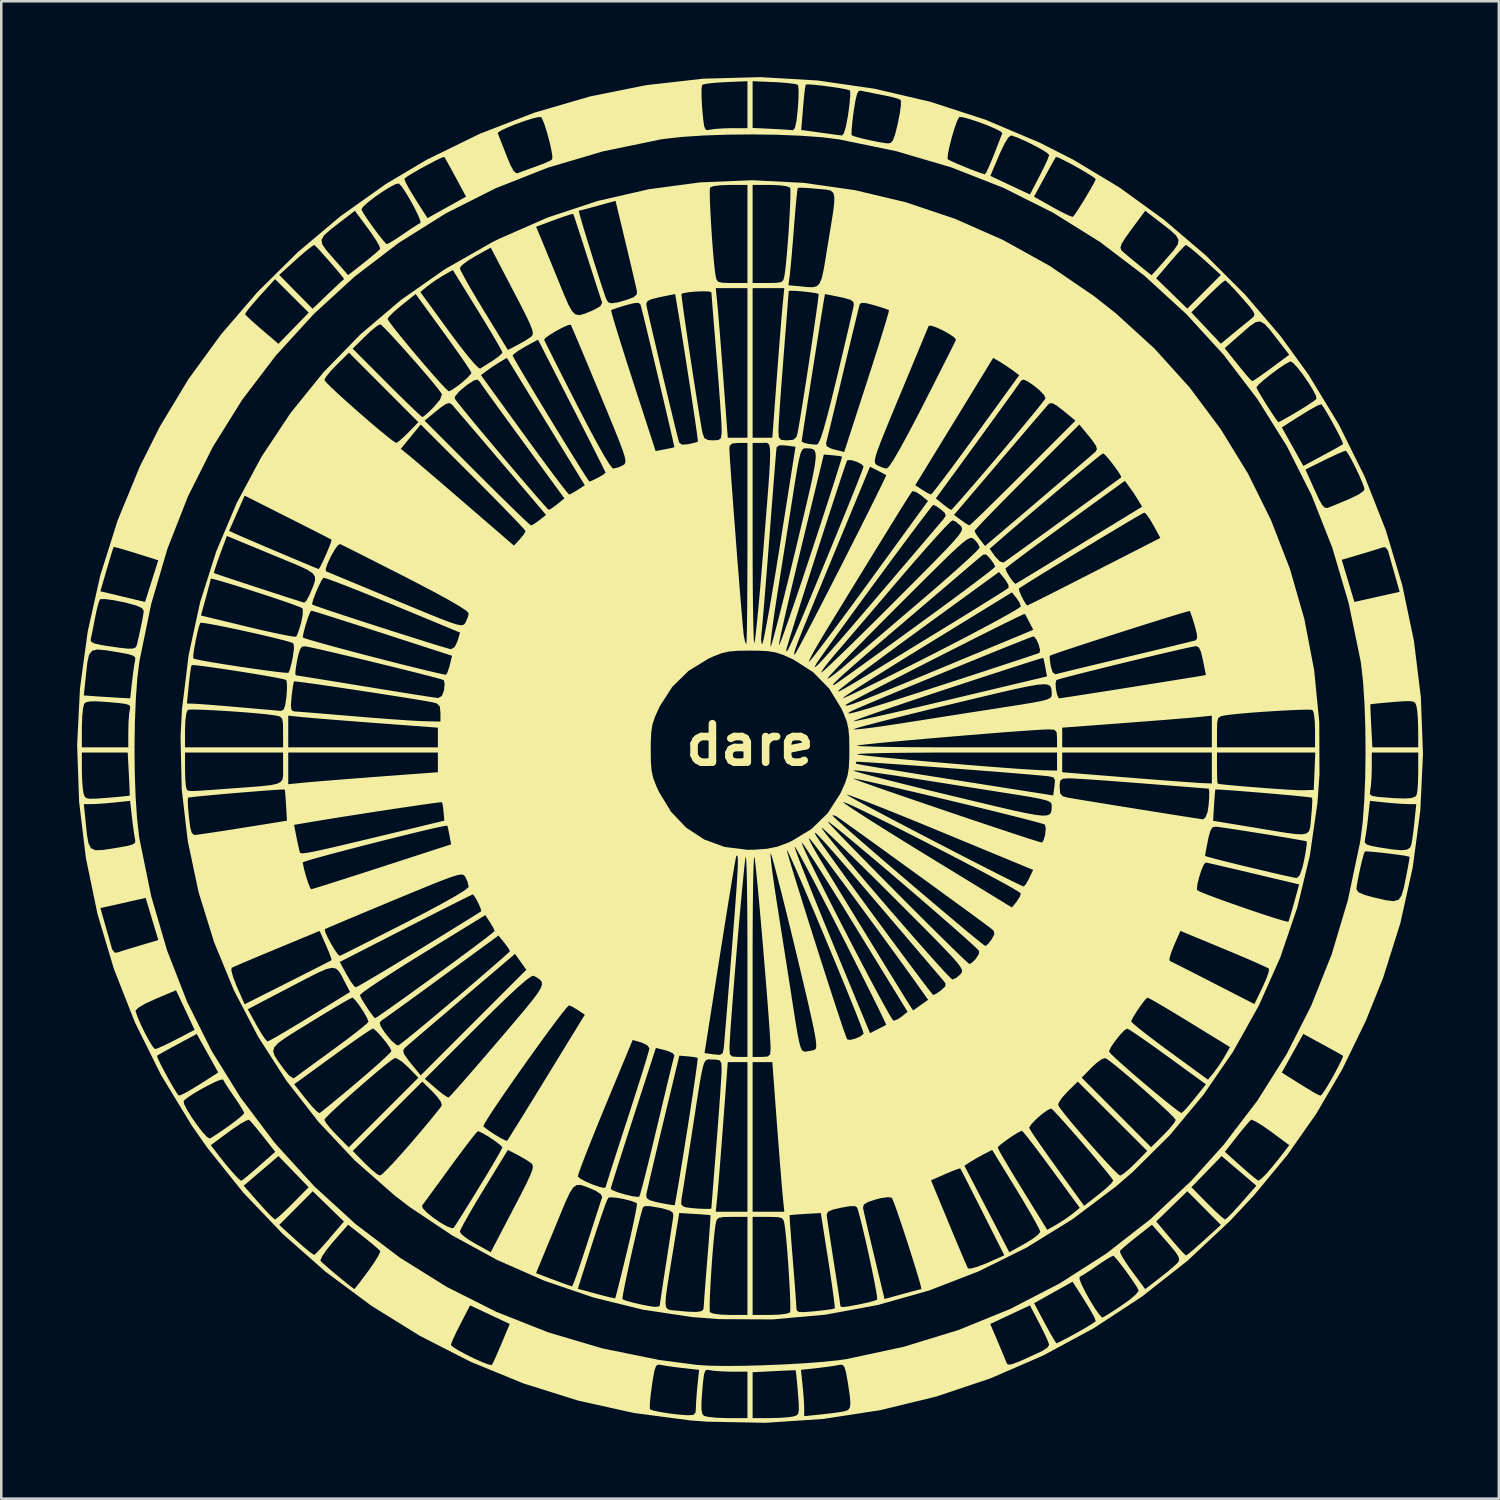
<source format=kicad_pcb>
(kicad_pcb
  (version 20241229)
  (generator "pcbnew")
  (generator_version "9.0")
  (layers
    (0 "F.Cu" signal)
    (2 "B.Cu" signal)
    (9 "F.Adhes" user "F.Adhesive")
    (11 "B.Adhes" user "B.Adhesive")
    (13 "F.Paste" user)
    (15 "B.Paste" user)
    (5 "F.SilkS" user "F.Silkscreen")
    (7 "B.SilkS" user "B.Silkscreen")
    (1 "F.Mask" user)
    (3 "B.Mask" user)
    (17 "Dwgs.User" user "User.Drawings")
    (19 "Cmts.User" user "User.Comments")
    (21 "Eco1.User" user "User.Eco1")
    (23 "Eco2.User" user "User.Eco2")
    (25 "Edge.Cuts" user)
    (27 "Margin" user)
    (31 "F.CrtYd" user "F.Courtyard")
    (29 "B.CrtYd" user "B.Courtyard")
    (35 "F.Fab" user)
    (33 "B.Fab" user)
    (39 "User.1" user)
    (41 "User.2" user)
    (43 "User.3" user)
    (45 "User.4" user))
  (footprint "dare"
    (layer "F.Cu")
    (at 26.606 26.398)
    (property "Reference" "dare" (at 0 0 0) (layer "F.SilkS") (effects (font (size 1.524 1.524) (thickness 0.3))))
    (attr board_only exclude_from_pos_files exclude_from_bom)
    (fp_poly (pts (xy 2.67 -26.266) (xy 4.916 -25.941) (xy 7.137 -25.422) (xy 9.323 -24.71) (xy 11.462 -23.804) (xy 12.794 -23.127) (xy 14.608 -22.035) (xy 16.361 -20.765) (xy 18.026 -19.345) (xy 19.576 -17.798) (xy 20.984 -16.149) (xy 22.08 -14.638) (xy 23.284 -12.656) (xy 24.304 -10.6) (xy 25.139 -8.482) (xy 25.788 -6.314) (xy 26.25 -4.109) (xy 26.524 -1.879) (xy 26.608 0.365) (xy 26.502 2.609) (xy 26.204 4.841) (xy 25.714 7.05) (xy 25.029 9.223) (xy 24.351 10.907) (xy 23.424 12.816) (xy 22.397 14.575) (xy 21.24 16.227) (xy 19.926 17.814) (xy 18.993 18.811) (xy 17.304 20.396) (xy 15.5 21.816) (xy 13.591 23.068) (xy 11.591 24.148) (xy 9.509 25.051) (xy 7.359 25.772) (xy 5.15 26.309) (xy 2.896 26.656) (xy 0.607 26.809) (xy -1.705 26.764) (xy -2.346 26.716) (xy -4.594 26.42) (xy -6.205 26.062) (xy -3.961 26.062) (xy -3.96 26.25) (xy -3.95 26.278) (xy -3.817 26.327) (xy -3.542 26.384) (xy -3.185 26.44) (xy -2.807 26.485) (xy -2.474 26.509) (xy -2.245 26.498) (xy -2.156 26.405) (xy -2.142 26.231) (xy -2.133 26.008) (xy -1.921 26.008) (xy -1.92 26.297) (xy -1.884 26.461) (xy -1.824 26.532) (xy -1.659 26.575) (xy -1.351 26.607) (xy -0.963 26.622) (xy -0.893 26.623) (xy -0.102 26.624) (xy 0.102 26.624) (xy 0.791 26.623) (xy 1.183 26.612) (xy 1.525 26.587) (xy 1.721 26.556) (xy 1.838 26.517) (xy 1.905 26.446) (xy 1.931 26.301) (xy 1.925 26.039) (xy 1.893 25.617) (xy 1.893 25.615) (xy 1.859 25.221) (xy 1.829 24.916) (xy 1.808 24.749) (xy 1.803 24.731) (xy 1.701 24.732) (xy 1.443 24.742) (xy 1.079 24.759) (xy 0.944 24.766) (xy 0.102 24.81) (xy 0.102 26.624) (xy -0.102 26.624) (xy -0.102 24.788) (xy -0.74 24.787) (xy -1.116 24.777) (xy -1.437 24.752) (xy -1.597 24.726) (xy -1.669 24.715) (xy 2.014 24.715) (xy 2.078 25.328) (xy 2.114 25.717) (xy 2.137 26.071) (xy 2.142 26.243) (xy 2.142 26.546) (xy 2.831 26.475) (xy 3.22 26.431) (xy 3.556 26.385) (xy 3.749 26.35) (xy 3.875 26.303) (xy 3.947 26.209) (xy 3.969 26.031) (xy 3.944 25.734) (xy 3.876 25.279) (xy 3.86 25.183) (xy 3.793 24.811) (xy 3.732 24.602) (xy 3.659 24.516) (xy 3.552 24.514) (xy 3.529 24.52) (xy 3.316 24.558) (xy 2.98 24.605) (xy 2.665 24.643) (xy 2.014 24.715) (xy -1.669 24.715) (xy -1.703 24.71) (xy -1.773 24.756) (xy -1.82 24.899) (xy -1.857 25.178) (xy -1.89 25.555) (xy -1.921 26.008) (xy -2.133 26.008) (xy -2.131 25.968) (xy -2.104 25.599) (xy -2.078 25.328) (xy -2.014 24.715) (xy -2.665 24.643) (xy -3.043 24.597) (xy -3.365 24.55) (xy -3.533 24.519) (xy -3.64 24.508) (xy -3.715 24.562) (xy -3.773 24.718) (xy -3.83 25.013) (xy -3.881 25.341) (xy -3.933 25.742) (xy -3.961 26.062) (xy -6.205 26.062) (xy -6.803 25.929) (xy -8.958 25.252) (xy -11.046 24.397) (xy -12.355 23.728) (xy -11.828 23.728) (xy -11.745 23.812) (xy -11.526 23.948) (xy -11.224 24.111) (xy -10.889 24.275) (xy -10.573 24.416) (xy -10.329 24.507) (xy -10.209 24.523) (xy -10.207 24.521) (xy -10.15 24.413) (xy -10.036 24.163) (xy -9.887 23.818) (xy -9.832 23.689) (xy -9.502 22.901) (xy -11.068 22.165) (xy -11.445 22.89) (xy -11.623 23.244) (xy -11.758 23.534) (xy -11.824 23.709) (xy -11.828 23.728) (xy -12.355 23.728) (xy -13.056 23.37) (xy -14.972 22.181) (xy -16.783 20.836) (xy -17.309 20.372) (xy -16.985 20.372) (xy -16.983 20.404) (xy -16.889 20.498) (xy -16.686 20.677) (xy -16.419 20.904) (xy -16.134 21.14) (xy -15.879 21.346) (xy -15.699 21.485) (xy -15.642 21.52) (xy -15.579 21.446) (xy -15.423 21.244) (xy -15.204 20.953) (xy -15.099 20.812) (xy -14.868 20.483) (xy -14.701 20.214) (xy -14.624 20.046) (xy -14.624 20.016) (xy -14.725 19.916) (xy -14.943 19.729) (xy -15.235 19.493) (xy -15.284 19.454) (xy -15.891 18.977) (xy -16.471 19.637) (xy -16.725 19.946) (xy -16.905 20.205) (xy -16.985 20.372) (xy -17.309 20.372) (xy -18.475 19.344) (xy -18.818 18.984) (xy -18.616 18.984) (xy -17.953 19.587) (xy -17.65 19.854) (xy -17.405 20.056) (xy -17.254 20.16) (xy -17.227 20.168) (xy -17.137 20.086) (xy -16.949 19.885) (xy -16.701 19.604) (xy -16.611 19.499) (xy -16.057 18.851) (xy -17.29 17.654) (xy -17.953 18.319) (xy -18.616 18.984) (xy -18.818 18.984) (xy -20.035 17.711) (xy -20.257 17.434) (xy -20.019 17.434) (xy -19.433 18.102) (xy -19.162 18.402) (xy -18.941 18.632) (xy -18.804 18.757) (xy -18.78 18.769) (xy -18.683 18.702) (xy -18.48 18.52) (xy -18.209 18.259) (xy -18.082 18.132) (xy -17.452 17.494) (xy -18.049 16.878) (xy -18.646 16.262) (xy -18.889 16.47) (xy -19.108 16.657) (xy -19.4 16.906) (xy -19.576 17.056) (xy -20.019 17.434) (xy -20.257 17.434) (xy -21.45 15.947) (xy -21.531 15.831) (xy -21.321 15.831) (xy -20.996 16.255) (xy -20.73 16.59) (xy -20.475 16.89) (xy -20.266 17.117) (xy -20.136 17.232) (xy -20.118 17.239) (xy -20.027 17.177) (xy -19.823 17.01) (xy -19.541 16.77) (xy -19.424 16.667) (xy -18.773 16.095) (xy -19.25 15.488) (xy -19.491 15.189) (xy -19.688 14.956) (xy -19.804 14.834) (xy -19.812 14.828) (xy -19.927 14.861) (xy -20.16 14.994) (xy -20.47 15.203) (xy -20.609 15.304) (xy -21.321 15.831) (xy -21.531 15.831) (xy -22.08 15.046) (xy -22.663 14.086) (xy -22.396 14.086) (xy -22.373 14.212) (xy -22.253 14.445) (xy -22.071 14.739) (xy -21.858 15.045) (xy -21.648 15.316) (xy -21.473 15.507) (xy -21.367 15.569) (xy -21.365 15.568) (xy -21.226 15.489) (xy -20.974 15.323) (xy -20.66 15.106) (xy -20.623 15.08) (xy -20.324 14.858) (xy -20.103 14.677) (xy -20.001 14.573) (xy -19.999 14.566) (xy -20.051 14.452) (xy -20.192 14.223) (xy -20.392 13.926) (xy -20.396 13.92) (xy -20.604 13.614) (xy -20.762 13.368) (xy -20.835 13.235) (xy -20.928 13.241) (xy -21.145 13.329) (xy -21.438 13.474) (xy -21.758 13.649) (xy -22.057 13.828) (xy -22.287 13.984) (xy -22.396 14.086) (xy -22.663 14.086) (xy -23.292 13.051) (xy -23.667 12.295) (xy -23.447 12.295) (xy -23.418 12.393) (xy -23.313 12.616) (xy -23.157 12.915) (xy -22.98 13.24) (xy -22.807 13.541) (xy -22.667 13.768) (xy -22.586 13.871) (xy -22.581 13.873) (xy -22.462 13.83) (xy -22.311 13.756) (xy -22.107 13.637) (xy -21.806 13.454) (xy -21.559 13.298) (xy -21.027 12.957) (xy -21.452 12.195) (xy -21.877 11.433) (xy -22.644 11.846) (xy -22.996 12.037) (xy -23.272 12.191) (xy -23.428 12.282) (xy -23.447 12.295) (xy -23.667 12.295) (xy -24.317 10.986) (xy -24.503 10.514) (xy -24.297 10.514) (xy -24.297 10.528) (xy -24.217 10.764) (xy -24.082 11.075) (xy -23.919 11.409) (xy -23.754 11.715) (xy -23.614 11.94) (xy -23.526 12.032) (xy -23.523 12.032) (xy -23.385 11.985) (xy -23.118 11.865) (xy -22.775 11.695) (xy -22.686 11.649) (xy -21.961 11.272) (xy -22.329 10.489) (xy -22.697 9.706) (xy -23.513 10.051) (xy -23.922 10.24) (xy -24.192 10.4) (xy -24.297 10.514) (xy -24.503 10.514) (xy -25.153 8.862) (xy -25.801 6.692) (xy -25.85 6.456) (xy -25.685 6.456) (xy -25.48 7.181) (xy -25.371 7.563) (xy -25.28 7.886) (xy -25.224 8.083) (xy -25.222 8.09) (xy -25.113 8.222) (xy -25.004 8.211) (xy -24.828 8.152) (xy -24.52 8.056) (xy -24.145 7.943) (xy -24.117 7.935) (xy -23.396 7.722) (xy -23.646 6.889) (xy -23.896 6.055) (xy -24.79 6.256) (xy -25.685 6.456) (xy -25.85 6.456) (xy -26.259 4.485) (xy -26.517 2.346) (xy -26.342 2.346) (xy -26.271 3.035) (xy -26.218 3.55) (xy -26.159 3.892) (xy -26.059 4.089) (xy -25.883 4.169) (xy -25.595 4.161) (xy -25.158 4.094) (xy -24.979 4.064) (xy -24.607 3.997) (xy -24.398 3.936) (xy -24.312 3.863) (xy -24.31 3.756) (xy -24.316 3.733) (xy -24.354 3.52) (xy -24.401 3.185) (xy -24.439 2.869) (xy -24.511 2.218) (xy -25.124 2.282) (xy -25.513 2.318) (xy -25.867 2.341) (xy -26.039 2.346) (xy -26.342 2.346) (xy -26.517 2.346) (xy -26.528 2.255) (xy -26.596 0.306) (xy -26.42 0.306) (xy -26.419 0.995) (xy -26.408 1.388) (xy -26.383 1.729) (xy -26.352 1.925) (xy -26.313 2.042) (xy -26.242 2.109) (xy -26.097 2.135) (xy -25.835 2.129) (xy -25.413 2.097) (xy -25.411 2.097) (xy -25.017 2.063) (xy -24.712 2.033) (xy -24.545 2.012) (xy -24.527 2.007) (xy -24.528 1.905) (xy -24.538 1.647) (xy -24.555 1.283) (xy -24.562 1.148) (xy -24.606 0.306) (xy -26.42 0.306) (xy -26.596 0.306) (xy -26.603 0.102) (xy -26.42 0.102) (xy -24.584 0.102) (xy -24.584 0.099) (xy -24.337 0.099) (xy -24.328 1.089) (xy -24.295 2.035) (xy -24.239 2.887) (xy -24.16 3.597) (xy -24.141 3.723) (xy -23.677 5.988) (xy -23.049 8.134) (xy -22.255 10.169) (xy -21.29 12.1) (xy -20.152 13.937) (xy -18.836 15.685) (xy -18.732 15.811) (xy -17.227 17.46) (xy -15.598 18.949) (xy -13.851 20.275) (xy -11.995 21.433) (xy -10.034 22.42) (xy -7.976 23.234) (xy -5.828 23.869) (xy -3.596 24.323) (xy -2.091 24.521) (xy -1.618 24.55) (xy -0.988 24.561) (xy -0.248 24.555) (xy 0.558 24.533) (xy 1.383 24.498) (xy 2.181 24.452) (xy 2.905 24.397) (xy 3.511 24.333) (xy 3.825 24.287) (xy 6.081 23.802) (xy 8.24 23.14) (xy 8.828 22.901) (xy 9.497 22.901) (xy 9.78 23.564) (xy 9.932 23.923) (xy 10.057 24.225) (xy 10.129 24.406) (xy 10.166 24.478) (xy 10.233 24.509) (xy 10.358 24.491) (xy 10.571 24.415) (xy 10.901 24.271) (xy 11.376 24.051) (xy 11.552 23.969) (xy 11.749 23.843) (xy 11.828 23.726) (xy 11.781 23.588) (xy 11.661 23.322) (xy 11.491 22.979) (xy 11.445 22.89) (xy 11.068 22.165) (xy 10.283 22.533) (xy 9.497 22.901) (xy 8.828 22.901) (xy 10.298 22.303) (xy 10.729 22.079) (xy 11.231 22.079) (xy 11.654 22.873) (xy 11.847 23.226) (xy 12.004 23.499) (xy 12.102 23.649) (xy 12.121 23.666) (xy 12.224 23.62) (xy 12.461 23.497) (xy 12.788 23.322) (xy 12.917 23.251) (xy 13.259 23.056) (xy 13.52 22.897) (xy 13.658 22.8) (xy 13.669 22.785) (xy 13.611 22.63) (xy 13.44 22.322) (xy 13.163 21.872) (xy 13.094 21.763) (xy 12.753 21.231) (xy 11.992 21.655) (xy 11.231 22.079) (xy 10.729 22.079) (xy 12.25 21.293) (xy 12.645 21.04) (xy 13.029 21.04) (xy 13.029 21.134) (xy 13.115 21.352) (xy 13.262 21.645) (xy 13.441 21.967) (xy 13.627 22.271) (xy 13.794 22.51) (xy 13.913 22.637) (xy 13.938 22.646) (xy 14.035 22.593) (xy 14.259 22.453) (xy 14.57 22.252) (xy 14.694 22.169) (xy 15.019 21.936) (xy 15.253 21.735) (xy 15.362 21.596) (xy 15.364 21.569) (xy 15.276 21.41) (xy 15.11 21.159) (xy 14.903 20.866) (xy 14.689 20.579) (xy 14.504 20.346) (xy 14.383 20.215) (xy 14.362 20.203) (xy 14.248 20.255) (xy 14.019 20.396) (xy 13.722 20.596) (xy 13.715 20.6) (xy 13.41 20.809) (xy 13.163 20.967) (xy 13.029 21.04) (xy 12.645 21.04) (xy 14.094 20.112) (xy 14.216 20.016) (xy 14.624 20.016) (xy 14.657 20.131) (xy 14.79 20.364) (xy 14.998 20.674) (xy 15.098 20.811) (xy 15.625 21.522) (xy 16.207 21.074) (xy 16.517 20.828) (xy 16.773 20.61) (xy 16.922 20.467) (xy 16.923 20.465) (xy 16.971 20.366) (xy 16.941 20.238) (xy 16.815 20.046) (xy 16.572 19.753) (xy 16.474 19.641) (xy 15.891 18.977) (xy 15.284 19.454) (xy 14.985 19.695) (xy 14.752 19.892) (xy 14.63 20.008) (xy 14.624 20.016) (xy 14.216 20.016) (xy 15.715 18.848) (xy 16.06 18.848) (xy 16.624 19.521) (xy 16.884 19.824) (xy 17.094 20.056) (xy 17.22 20.18) (xy 17.239 20.192) (xy 17.333 20.127) (xy 17.538 19.956) (xy 17.819 19.709) (xy 17.953 19.588) (xy 18.616 18.984) (xy 17.953 18.319) (xy 17.29 17.654) (xy 16.06 18.848) (xy 15.715 18.848) (xy 15.824 18.763) (xy 17.176 17.494) (xy 17.452 17.494) (xy 18.082 18.132) (xy 18.371 18.417) (xy 18.607 18.637) (xy 18.754 18.757) (xy 18.78 18.769) (xy 18.873 18.698) (xy 19.064 18.507) (xy 19.318 18.231) (xy 19.433 18.102) (xy 20.019 17.434) (xy 19.576 17.056) (xy 19.28 16.803) (xy 19.007 16.571) (xy 18.889 16.47) (xy 18.646 16.262) (xy 18.049 16.878) (xy 17.452 17.494) (xy 17.176 17.494) (xy 17.438 17.248) (xy 18.477 16.095) (xy 18.774 16.095) (xy 19.409 16.663) (xy 19.707 16.923) (xy 19.945 17.122) (xy 20.084 17.227) (xy 20.102 17.235) (xy 20.201 17.17) (xy 20.374 17.004) (xy 20.416 16.959) (xy 20.635 16.704) (xy 20.893 16.387) (xy 20.996 16.255) (xy 21.321 15.831) (xy 20.609 15.304) (xy 20.28 15.072) (xy 20.01 14.905) (xy 19.842 14.828) (xy 19.812 14.828) (xy 19.712 14.929) (xy 19.525 15.147) (xy 19.289 15.439) (xy 19.251 15.488) (xy 18.774 16.095) (xy 18.477 16.095) (xy 18.732 15.811) (xy 20.061 14.069) (xy 20.759 12.96) (xy 21.026 12.96) (xy 21.437 13.22) (xy 21.911 13.516) (xy 22.238 13.715) (xy 22.443 13.828) (xy 22.55 13.871) (xy 22.562 13.873) (xy 22.639 13.79) (xy 22.786 13.568) (xy 22.975 13.248) (xy 23.057 13.102) (xy 23.245 12.752) (xy 23.381 12.477) (xy 23.446 12.32) (xy 23.447 12.299) (xy 23.347 12.239) (xy 23.111 12.107) (xy 22.783 11.926) (xy 22.644 11.85) (xy 21.877 11.432) (xy 21.451 12.196) (xy 21.026 12.96) (xy 20.759 12.96) (xy 21.212 12.239) (xy 22.189 10.315) (xy 22.996 8.288) (xy 23.636 6.151) (xy 23.728 5.715) (xy 23.975 5.715) (xy 24.052 5.827) (xy 24.3 5.937) (xy 24.66 6.036) (xy 25.131 6.144) (xy 25.444 6.183) (xy 25.641 6.129) (xy 25.763 5.959) (xy 25.852 5.647) (xy 25.922 5.304) (xy 25.998 4.915) (xy 26.053 4.614) (xy 26.079 4.448) (xy 26.079 4.429) (xy 25.945 4.397) (xy 25.675 4.355) (xy 25.327 4.309) (xy 24.959 4.266) (xy 24.628 4.233) (xy 24.391 4.217) (xy 24.307 4.221) (xy 24.261 4.342) (xy 24.192 4.599) (xy 24.115 4.931) (xy 24.044 5.273) (xy 23.993 5.561) (xy 23.975 5.715) (xy 23.728 5.715) (xy 24.112 3.895) (xy 24.118 3.861) (xy 24.306 3.861) (xy 24.383 3.942) (xy 24.588 4.004) (xy 24.857 4.054) (xy 25.381 4.136) (xy 25.739 4.169) (xy 25.964 4.15) (xy 26.09 4.076) (xy 26.146 3.953) (xy 26.185 3.734) (xy 26.231 3.391) (xy 26.271 3.035) (xy 26.342 2.346) (xy 26.039 2.346) (xy 25.768 2.335) (xy 25.394 2.308) (xy 25.124 2.282) (xy 24.511 2.218) (xy 24.439 2.869) (xy 24.393 3.247) (xy 24.346 3.569) (xy 24.315 3.736) (xy 24.306 3.861) (xy 24.118 3.861) (xy 24.141 3.723) (xy 24.225 3.05) (xy 24.285 2.224) (xy 24.297 1.945) (xy 24.506 1.945) (xy 24.589 2.019) (xy 24.817 2.059) (xy 24.905 2.067) (xy 25.486 2.112) (xy 25.894 2.125) (xy 26.157 2.105) (xy 26.305 2.05) (xy 26.358 1.981) (xy 26.389 1.804) (xy 26.411 1.488) (xy 26.42 1.099) (xy 26.42 1.063) (xy 26.42 0.306) (xy 24.584 0.306) (xy 24.583 0.944) (xy 24.572 1.321) (xy 24.547 1.643) (xy 24.521 1.804) (xy 24.506 1.945) (xy 24.297 1.945) (xy 24.323 1.294) (xy 24.337 0.309) (xy 24.328 -0.681) (xy 24.296 -1.599) (xy 24.527 -1.599) (xy 24.528 -1.497) (xy 24.538 -1.239) (xy 24.555 -0.875) (xy 24.562 -0.74) (xy 24.606 0.102) (xy 26.42 0.102) (xy 26.419 -0.587) (xy 26.408 -0.979) (xy 26.383 -1.321) (xy 26.352 -1.517) (xy 26.313 -1.633) (xy 26.242 -1.701) (xy 26.097 -1.727) (xy 25.835 -1.721) (xy 25.413 -1.689) (xy 25.411 -1.689) (xy 25.017 -1.655) (xy 24.712 -1.625) (xy 24.545 -1.604) (xy 24.527 -1.599) (xy 24.296 -1.599) (xy 24.295 -1.627) (xy 24.239 -2.479) (xy 24.16 -3.189) (xy 24.141 -3.315) (xy 23.668 -5.605) (xy 23.163 -7.314) (xy 23.396 -7.314) (xy 23.646 -6.481) (xy 23.896 -5.647) (xy 24.79 -5.848) (xy 25.685 -6.048) (xy 25.48 -6.773) (xy 25.371 -7.155) (xy 25.28 -7.478) (xy 25.224 -7.675) (xy 25.222 -7.682) (xy 25.113 -7.814) (xy 25.004 -7.803) (xy 24.828 -7.744) (xy 24.52 -7.648) (xy 24.145 -7.535) (xy 24.117 -7.527) (xy 23.396 -7.314) (xy 23.163 -7.314) (xy 23.024 -7.786) (xy 22.207 -9.857) (xy 21.69 -10.884) (xy 21.96 -10.884) (xy 22.317 -10.091) (xy 22.495 -9.707) (xy 22.622 -9.479) (xy 22.723 -9.375) (xy 22.825 -9.364) (xy 22.889 -9.385) (xy 23.096 -9.469) (xy 23.415 -9.602) (xy 23.717 -9.728) (xy 24.054 -9.891) (xy 24.255 -10.034) (xy 24.297 -10.119) (xy 24.226 -10.328) (xy 24.099 -10.624) (xy 23.943 -10.954) (xy 23.784 -11.267) (xy 23.647 -11.508) (xy 23.56 -11.625) (xy 23.55 -11.629) (xy 23.425 -11.586) (xy 23.167 -11.473) (xy 22.824 -11.311) (xy 22.713 -11.257) (xy 21.96 -10.884) (xy 21.69 -10.884) (xy 21.218 -11.82) (xy 20.761 -12.549) (xy 21.027 -12.549) (xy 21.452 -11.787) (xy 21.877 -11.025) (xy 22.644 -11.438) (xy 22.996 -11.629) (xy 23.272 -11.783) (xy 23.428 -11.874) (xy 23.447 -11.887) (xy 23.418 -11.985) (xy 23.313 -12.208) (xy 23.157 -12.507) (xy 22.98 -12.832) (xy 22.807 -13.133) (xy 22.667 -13.36) (xy 22.586 -13.463) (xy 22.581 -13.465) (xy 22.426 -13.407) (xy 22.118 -13.236) (xy 21.668 -12.959) (xy 21.559 -12.89) (xy 21.027 -12.549) (xy 20.761 -12.549) (xy 20.056 -13.676) (xy 19.71 -14.128) (xy 20.023 -14.128) (xy 20.083 -14.004) (xy 20.219 -13.772) (xy 20.398 -13.481) (xy 20.587 -13.185) (xy 20.755 -12.934) (xy 20.868 -12.78) (xy 20.894 -12.756) (xy 20.991 -12.802) (xy 21.218 -12.929) (xy 21.534 -13.112) (xy 21.635 -13.172) (xy 21.972 -13.378) (xy 22.237 -13.552) (xy 22.383 -13.663) (xy 22.396 -13.678) (xy 22.373 -13.804) (xy 22.253 -14.037) (xy 22.071 -14.331) (xy 21.858 -14.637) (xy 21.648 -14.908) (xy 21.473 -15.099) (xy 21.367 -15.161) (xy 21.365 -15.16) (xy 21.175 -15.058) (xy 20.909 -14.881) (xy 20.614 -14.665) (xy 20.338 -14.445) (xy 20.126 -14.259) (xy 20.026 -14.142) (xy 20.023 -14.128) (xy 19.71 -14.128) (xy 18.72 -15.425) (xy 18.484 -15.682) (xy 18.767 -15.682) (xy 19.143 -15.211) (xy 19.449 -14.83) (xy 19.653 -14.584) (xy 19.779 -14.446) (xy 19.848 -14.389) (xy 19.869 -14.383) (xy 19.968 -14.44) (xy 20.188 -14.591) (xy 20.49 -14.808) (xy 20.618 -14.902) (xy 21.318 -15.421) (xy 20.87 -16.003) (xy 20.565 -16.396) (xy 20.345 -16.639) (xy 20.167 -16.74) (xy 19.986 -16.708) (xy 19.759 -16.549) (xy 19.441 -16.274) (xy 19.434 -16.267) (xy 18.767 -15.682) (xy 18.484 -15.682) (xy 17.242 -17.038) (xy 17.177 -17.097) (xy 17.448 -17.097) (xy 18.032 -16.477) (xy 18.616 -15.857) (xy 19.111 -16.268) (xy 19.412 -16.516) (xy 19.679 -16.733) (xy 19.818 -16.846) (xy 19.915 -16.931) (xy 19.945 -17.018) (xy 19.891 -17.142) (xy 19.738 -17.342) (xy 19.468 -17.654) (xy 19.439 -17.687) (xy 19.167 -17.989) (xy 18.946 -18.22) (xy 18.81 -18.348) (xy 18.785 -18.361) (xy 18.69 -18.294) (xy 18.488 -18.115) (xy 18.216 -17.856) (xy 18.086 -17.729) (xy 17.448 -17.097) (xy 17.177 -17.097) (xy 15.706 -18.443) (xy 16.057 -18.443) (xy 16.674 -17.844) (xy 17.29 -17.246) (xy 17.953 -17.911) (xy 18.616 -18.576) (xy 17.953 -19.179) (xy 17.65 -19.446) (xy 17.405 -19.648) (xy 17.254 -19.752) (xy 17.227 -19.76) (xy 17.137 -19.678) (xy 16.949 -19.477) (xy 16.701 -19.196) (xy 16.611 -19.091) (xy 16.057 -18.443) (xy 15.706 -18.443) (xy 15.596 -18.544) (xy 14.132 -19.657) (xy 14.645 -19.657) (xy 14.678 -19.56) (xy 14.7 -19.535) (xy 14.823 -19.426) (xy 15.04 -19.243) (xy 15.302 -19.026) (xy 15.56 -18.815) (xy 15.766 -18.65) (xy 15.871 -18.571) (xy 15.875 -18.569) (xy 15.943 -18.638) (xy 16.114 -18.827) (xy 16.357 -19.099) (xy 16.472 -19.231) (xy 16.75 -19.55) (xy 16.91 -19.779) (xy 16.945 -19.96) (xy 16.846 -20.138) (xy 16.606 -20.356) (xy 16.216 -20.659) (xy 16.207 -20.666) (xy 15.625 -21.114) (xy 15.091 -20.394) (xy 14.835 -20.038) (xy 14.692 -19.805) (xy 14.645 -19.657) (xy 14.132 -19.657) (xy 13.844 -19.876) (xy 11.986 -21.035) (xy 10.717 -21.672) (xy 11.228 -21.672) (xy 11.964 -21.257) (xy 12.309 -21.07) (xy 12.585 -20.936) (xy 12.744 -20.875) (xy 12.764 -20.875) (xy 12.843 -20.972) (xy 12.996 -21.2) (xy 13.194 -21.516) (xy 13.248 -21.604) (xy 13.445 -21.938) (xy 13.593 -22.202) (xy 13.666 -22.35) (xy 13.669 -22.364) (xy 13.588 -22.437) (xy 13.376 -22.574) (xy 13.084 -22.747) (xy 12.761 -22.928) (xy 12.456 -23.089) (xy 12.22 -23.204) (xy 12.1 -23.245) (xy 12.095 -23.243) (xy 12.035 -23.143) (xy 11.903 -22.907) (xy 11.722 -22.579) (xy 11.646 -22.439) (xy 11.228 -21.672) (xy 10.717 -21.672) (xy 10.021 -22.021) (xy 8.818 -22.493) (xy 9.502 -22.493) (xy 10.285 -22.125) (xy 11.068 -21.757) (xy 11.445 -22.482) (xy 11.623 -22.836) (xy 11.758 -23.126) (xy 11.824 -23.3) (xy 11.828 -23.319) (xy 11.745 -23.403) (xy 11.526 -23.541) (xy 11.224 -23.705) (xy 10.89 -23.869) (xy 10.576 -24.007) (xy 10.335 -24.091) (xy 10.324 -24.093) (xy 10.219 -24.019) (xy 10.066 -23.775) (xy 9.881 -23.388) (xy 9.847 -23.309) (xy 9.502 -22.493) (xy 8.818 -22.493) (xy 7.947 -22.834) (xy 6.762 -23.182) (xy 7.81 -23.182) (xy 7.82 -23.151) (xy 7.94 -23.085) (xy 8.191 -22.973) (xy 8.513 -22.839) (xy 8.844 -22.708) (xy 9.125 -22.605) (xy 9.285 -22.555) (xy 9.343 -22.638) (xy 9.452 -22.868) (xy 9.592 -23.201) (xy 9.642 -23.326) (xy 9.786 -23.697) (xy 9.901 -23.993) (xy 9.968 -24.163) (xy 9.976 -24.183) (xy 9.905 -24.253) (xy 9.691 -24.362) (xy 9.385 -24.492) (xy 9.039 -24.622) (xy 8.705 -24.733) (xy 8.435 -24.807) (xy 8.281 -24.824) (xy 8.266 -24.817) (xy 8.182 -24.652) (xy 8.081 -24.367) (xy 7.978 -24.02) (xy 7.888 -23.668) (xy 7.827 -23.37) (xy 7.81 -23.182) (xy 6.762 -23.182) (xy 5.765 -23.475) (xy 3.519 -23.937) (xy 2.846 -24.021) (xy 2.02 -24.081) (xy 1.09 -24.119) (xy 0.105 -24.133) (xy -0.885 -24.124) (xy -1.831 -24.091) (xy -2.683 -24.035) (xy -3.393 -23.956) (xy -3.519 -23.937) (xy -5.809 -23.464) (xy -7.99 -22.82) (xy -10.061 -22.003) (xy -12.024 -21.014) (xy -13.88 -19.852) (xy -15.629 -18.516) (xy -17.242 -17.038) (xy -18.748 -15.392) (xy -20.08 -13.64) (xy -21.239 -11.782) (xy -22.225 -9.817) (xy -23.038 -7.743) (xy -23.679 -5.561) (xy -24.141 -3.315) (xy -24.225 -2.642) (xy -24.285 -1.816) (xy -24.323 -0.886) (xy -24.337 0.099) (xy -24.584 0.099) (xy -24.583 -0.536) (xy -24.573 -0.912) (xy -24.548 -1.233) (xy -24.522 -1.393) (xy -24.506 -1.499) (xy -24.551 -1.569) (xy -24.695 -1.616) (xy -24.973 -1.653) (xy -25.351 -1.686) (xy -25.804 -1.717) (xy -26.093 -1.716) (xy -26.257 -1.68) (xy -26.328 -1.62) (xy -26.371 -1.455) (xy -26.403 -1.147) (xy -26.418 -0.759) (xy -26.419 -0.689) (xy -26.42 0.102) (xy -26.603 0.102) (xy -26.606 0.011) (xy -26.508 -1.95) (xy -26.341 -1.95) (xy -25.794 -1.912) (xy -25.397 -1.886) (xy -25.018 -1.863) (xy -24.878 -1.855) (xy -24.508 -1.836) (xy -24.438 -2.474) (xy -24.392 -2.848) (xy -24.346 -3.166) (xy -24.316 -3.325) (xy -24.307 -3.439) (xy -24.376 -3.517) (xy -24.561 -3.579) (xy -24.901 -3.643) (xy -24.979 -3.656) (xy -25.472 -3.737) (xy -25.805 -3.767) (xy -26.013 -3.718) (xy -26.134 -3.561) (xy -26.201 -3.268) (xy -26.253 -2.81) (xy -26.271 -2.632) (xy -26.341 -1.95) (xy -26.508 -1.95) (xy -26.493 -2.235) (xy -26.23 -4.173) (xy -26.071 -4.173) (xy -26.058 -4.079) (xy -25.932 -4.008) (xy -25.658 -3.945) (xy -25.427 -3.908) (xy -24.935 -3.837) (xy -24.607 -3.801) (xy -24.408 -3.802) (xy -24.3 -3.845) (xy -24.249 -3.931) (xy -24.23 -4.004) (xy -24.102 -4.58) (xy -24.02 -4.981) (xy -23.98 -5.229) (xy -23.974 -5.305) (xy -24.044 -5.405) (xy -24.271 -5.506) (xy -24.675 -5.617) (xy -24.8 -5.645) (xy -25.189 -5.721) (xy -25.5 -5.761) (xy -25.681 -5.758) (xy -25.704 -5.746) (xy -25.761 -5.608) (xy -25.833 -5.331) (xy -25.902 -4.998) (xy -25.972 -4.631) (xy -26.034 -4.33) (xy -26.071 -4.173) (xy -26.23 -4.173) (xy -26.189 -4.471) (xy -25.832 -6.069) (xy -25.687 -6.069) (xy -24.804 -5.859) (xy -23.921 -5.648) (xy -23.66 -6.471) (xy -23.399 -7.294) (xy -24.269 -7.569) (xy -24.656 -7.688) (xy -24.96 -7.776) (xy -25.136 -7.82) (xy -25.161 -7.821) (xy -25.198 -7.72) (xy -25.277 -7.468) (xy -25.383 -7.112) (xy -25.435 -6.934) (xy -25.687 -6.069) (xy -25.832 -6.069) (xy -25.694 -6.687) (xy -25.005 -8.87) (xy -24.124 -11.01) (xy -23.331 -12.59) (xy -22.214 -14.444) (xy -20.92 -16.222) (xy -20.23 -17.023) (xy -19.964 -17.023) (xy -19.882 -16.932) (xy -19.681 -16.745) (xy -19.4 -16.497) (xy -19.295 -16.407) (xy -18.647 -15.853) (xy -17.45 -17.086) (xy -18.115 -17.749) (xy -18.78 -18.412) (xy -19.383 -17.749) (xy -19.65 -17.446) (xy -19.852 -17.201) (xy -19.956 -17.05) (xy -19.964 -17.023) (xy -20.23 -17.023) (xy -19.472 -17.905) (xy -18.791 -18.578) (xy -18.616 -18.578) (xy -17.956 -17.909) (xy -17.296 -17.239) (xy -16.684 -17.826) (xy -16.402 -18.094) (xy -16.183 -18.298) (xy -16.063 -18.405) (xy -16.051 -18.413) (xy -16.097 -18.482) (xy -16.243 -18.661) (xy -16.453 -18.908) (xy -16.692 -19.183) (xy -16.923 -19.443) (xy -17.11 -19.647) (xy -17.217 -19.754) (xy -17.227 -19.76) (xy -17.326 -19.706) (xy -17.536 -19.543) (xy -17.819 -19.301) (xy -17.953 -19.18) (xy -18.616 -18.578) (xy -18.791 -18.578) (xy -17.889 -19.471) (xy -17.304 -19.963) (xy -16.944 -19.963) (xy -16.912 -19.783) (xy -16.755 -19.556) (xy -16.48 -19.239) (xy -16.474 -19.233) (xy -15.891 -18.569) (xy -15.284 -19.046) (xy -14.985 -19.287) (xy -14.752 -19.484) (xy -14.63 -19.6) (xy -14.624 -19.608) (xy -14.657 -19.723) (xy -14.79 -19.956) (xy -14.998 -20.266) (xy -15.098 -20.403) (xy -15.625 -21.114) (xy -16.207 -20.666) (xy -16.6 -20.361) (xy -16.843 -20.141) (xy -16.944 -19.963) (xy -17.304 -19.963) (xy -16.192 -20.9) (xy -15.822 -21.163) (xy -15.365 -21.163) (xy -15.364 -21.161) (xy -15.276 -21.002) (xy -15.11 -20.751) (xy -14.903 -20.458) (xy -14.689 -20.171) (xy -14.504 -19.938) (xy -14.383 -19.807) (xy -14.362 -19.795) (xy -14.248 -19.847) (xy -14.019 -19.988) (xy -13.722 -20.188) (xy -13.715 -20.192) (xy -13.41 -20.4) (xy -13.164 -20.558) (xy -13.031 -20.631) (xy -13.037 -20.724) (xy -13.125 -20.941) (xy -13.27 -21.234) (xy -13.445 -21.554) (xy -13.624 -21.853) (xy -13.78 -22.083) (xy -13.882 -22.192) (xy -14.008 -22.169) (xy -14.241 -22.049) (xy -14.535 -21.867) (xy -14.841 -21.654) (xy -15.112 -21.444) (xy -15.303 -21.269) (xy -15.365 -21.163) (xy -15.822 -21.163) (xy -14.402 -22.171) (xy -14.056 -22.377) (xy -13.669 -22.377) (xy -13.611 -22.222) (xy -13.44 -21.914) (xy -13.163 -21.464) (xy -13.094 -21.355) (xy -12.753 -20.823) (xy -11.991 -21.248) (xy -11.229 -21.673) (xy -11.642 -22.44) (xy -11.833 -22.792) (xy -11.987 -23.068) (xy -12.078 -23.224) (xy -12.091 -23.243) (xy -12.189 -23.214) (xy -12.412 -23.109) (xy -12.711 -22.953) (xy -13.036 -22.776) (xy -13.337 -22.603) (xy -13.564 -22.463) (xy -13.667 -22.382) (xy -13.669 -22.377) (xy -14.056 -22.377) (xy -12.794 -23.127) (xy -10.691 -24.156) (xy -10.622 -24.183) (xy -9.976 -24.183) (xy -9.927 -24.059) (xy -9.824 -23.795) (xy -9.686 -23.442) (xy -9.641 -23.325) (xy -9.474 -22.922) (xy -9.346 -22.689) (xy -9.241 -22.599) (xy -9.182 -22.604) (xy -9.004 -22.671) (xy -8.709 -22.778) (xy -8.469 -22.863) (xy -8.151 -22.983) (xy -7.912 -23.091) (xy -7.825 -23.145) (xy -7.816 -23.27) (xy -7.858 -23.531) (xy -7.935 -23.869) (xy -8.032 -24.226) (xy -8.133 -24.544) (xy -8.225 -24.764) (xy -8.259 -24.817) (xy -8.375 -24.818) (xy -8.621 -24.758) (xy -8.944 -24.654) (xy -9.293 -24.528) (xy -9.615 -24.396) (xy -9.86 -24.28) (xy -9.974 -24.197) (xy -9.976 -24.183) (xy -10.622 -24.183) (xy -8.533 -24.991) (xy -6.333 -25.633) (xy -6.072 -25.686) (xy -1.919 -25.686) (xy -1.902 -25.306) (xy -1.89 -25.14) (xy -1.851 -24.717) (xy -1.814 -24.461) (xy -1.764 -24.335) (xy -1.689 -24.302) (xy -1.597 -24.318) (xy -1.379 -24.35) (xy -1.039 -24.372) (xy -0.74 -24.379) (xy -0.102 -24.38) (xy -0.102 -26.237) (xy 0.102 -26.237) (xy 0.102 -24.389) (xy 0.842 -24.354) (xy 1.222 -24.334) (xy 1.527 -24.314) (xy 1.694 -24.299) (xy 1.699 -24.298) (xy 1.708 -24.308) (xy 2.024 -24.308) (xy 2.772 -24.206) (xy 3.152 -24.154) (xy 3.458 -24.112) (xy 3.629 -24.09) (xy 3.636 -24.089) (xy 3.667 -24.126) (xy 4.013 -24.126) (xy 4.021 -24.099) (xy 4.145 -24.05) (xy 4.405 -23.979) (xy 4.737 -23.903) (xy 5.075 -23.834) (xy 5.355 -23.788) (xy 5.458 -23.778) (xy 5.567 -23.8) (xy 5.652 -23.903) (xy 5.734 -24.125) (xy 5.828 -24.503) (xy 5.849 -24.596) (xy 5.925 -24.985) (xy 5.965 -25.296) (xy 5.962 -25.477) (xy 5.95 -25.5) (xy 5.812 -25.557) (xy 5.535 -25.629) (xy 5.202 -25.698) (xy 4.836 -25.768) (xy 4.536 -25.829) (xy 4.381 -25.865) (xy 4.298 -25.851) (xy 4.23 -25.731) (xy 4.168 -25.474) (xy 4.098 -25.047) (xy 4.096 -25.031) (xy 4.045 -24.63) (xy 4.016 -24.312) (xy 4.013 -24.126) (xy 3.667 -24.126) (xy 3.71 -24.177) (xy 3.79 -24.443) (xy 3.869 -24.857) (xy 3.882 -24.941) (xy 3.934 -25.34) (xy 3.961 -25.658) (xy 3.96 -25.844) (xy 3.951 -25.87) (xy 3.829 -25.909) (xy 3.568 -25.96) (xy 3.225 -26.013) (xy 2.859 -26.061) (xy 2.527 -26.096) (xy 2.289 -26.111) (xy 2.202 -26.102) (xy 2.178 -25.99) (xy 2.146 -25.723) (xy 2.11 -25.351) (xy 2.096 -25.186) (xy 2.024 -24.308) (xy 1.708 -24.308) (xy 1.773 -24.386) (xy 1.837 -24.671) (xy 1.89 -25.148) (xy 1.89 -25.15) (xy 1.915 -25.553) (xy 1.92 -25.875) (xy 1.903 -26.066) (xy 1.891 -26.093) (xy 1.762 -26.13) (xy 1.482 -26.166) (xy 1.103 -26.194) (xy 0.961 -26.201) (xy 0.102 -26.237) (xy -0.102 -26.237) (xy -0.961 -26.201) (xy -1.362 -26.177) (xy -1.682 -26.143) (xy -1.868 -26.105) (xy -1.891 -26.093) (xy -1.916 -25.965) (xy -1.919 -25.686) (xy -6.072 -25.686) (xy -4.101 -26.082) (xy -1.85 -26.337) (xy 0.411 -26.398)) (stroke (width 0) (type solid)) (fill yes) (layer "F.SilkS"))
    (fp_poly (pts (xy 2.125 -22.218) (xy 4.153 -21.928) (xy 6.152 -21.453) (xy 8.109 -20.795) (xy 10.012 -19.955) (xy 11.848 -18.936) (xy 13.605 -17.738) (xy 14.474 -17.051) (xy 15.999 -15.658) (xy 17.381 -14.128) (xy 18.612 -12.479) (xy 19.688 -10.723) (xy 20.601 -8.878) (xy 21.346 -6.958) (xy 21.916 -4.978) (xy 22.305 -2.954) (xy 22.507 -0.9) (xy 22.515 1.168) (xy 22.435 2.303) (xy 22.133 4.389) (xy 21.64 6.429) (xy 20.965 8.41) (xy 20.116 10.316) (xy 19.1 12.132) (xy 17.924 13.843) (xy 16.598 15.436) (xy 15.128 16.894) (xy 14.464 17.468) (xy 12.746 18.762) (xy 10.934 19.881) (xy 9.039 20.821) (xy 7.074 21.58) (xy 5.053 22.151) (xy 2.988 22.533) (xy 0.891 22.721) (xy -1.224 22.71) (xy -2.295 22.628) (xy -4.244 22.334) (xy -6.197 21.852) (xy -7.202 21.509) (xy -6.809 21.509) (xy -6.082 21.707) (xy -5.728 21.8) (xy -5.463 21.864) (xy -5.336 21.887) (xy -5.332 21.886) (xy -5.331 21.882) (xy -5.044 21.882) (xy -5.043 21.922) (xy -4.917 21.976) (xy -4.658 22.049) (xy -4.335 22.125) (xy -4.015 22.189) (xy -3.768 22.225) (xy -3.749 22.226) (xy -3.598 22.206) (xy -3.57 22.175) (xy -3.557 22.068) (xy -3.342 22.068) (xy -3.323 22.225) (xy -3.267 22.309) (xy -3.174 22.346) (xy -3.043 22.362) (xy -2.984 22.367) (xy -2.477 22.414) (xy -2.14 22.426) (xy -1.941 22.401) (xy -1.85 22.336) (xy -1.834 22.263) (xy -1.828 22.151) (xy -1.597 22.151) (xy -1.594 22.382) (xy -1.584 22.437) (xy -1.456 22.49) (xy -1.182 22.529) (xy -0.822 22.544) (xy -0.81 22.544) (xy -0.102 22.544) (xy 0.102 22.544) (xy 0.81 22.544) (xy 1.172 22.53) (xy 1.448 22.495) (xy 1.579 22.445) (xy 1.58 22.443) (xy 1.593 22.315) (xy 1.59 22.025) (xy 1.574 21.614) (xy 1.548 21.125) (xy 1.515 20.597) (xy 1.477 20.072) (xy 1.436 19.593) (xy 1.395 19.199) (xy 1.369 18.999) (xy 1.332 18.815) (xy 1.26 18.716) (xy 1.1 18.676) (xy 0.8 18.668) (xy 0.709 18.667) (xy 0.102 18.667) (xy 0.102 22.544) (xy -0.102 22.544) (xy -0.102 18.667) (xy -0.709 18.667) (xy -1.047 18.672) (xy -1.234 18.703) (xy -1.32 18.787) (xy -1.36 18.949) (xy -1.368 18.999) (xy -1.41 19.325) (xy -1.452 19.762) (xy -1.494 20.267) (xy -1.532 20.8) (xy -1.563 21.319) (xy -1.586 21.783) (xy -1.597 22.151) (xy -1.828 22.151) (xy -1.825 22.106) (xy -1.802 21.783) (xy -1.768 21.331) (xy -1.725 20.79) (xy -1.69 20.351) (xy -1.644 19.781) (xy -1.607 19.288) (xy -1.579 18.906) (xy -1.565 18.667) (xy -1.565 18.601) (xy 1.565 18.601) (xy 1.567 18.703) (xy 1.584 18.974) (xy 1.614 19.382) (xy 1.653 19.893) (xy 1.69 20.351) (xy 1.737 20.936) (xy 1.778 21.461) (xy 1.809 21.886) (xy 1.829 22.174) (xy 1.834 22.276) (xy 1.852 22.374) (xy 1.931 22.423) (xy 2.114 22.433) (xy 2.444 22.408) (xy 2.576 22.395) (xy 2.94 22.355) (xy 3.215 22.318) (xy 3.346 22.29) (xy 3.35 22.288) (xy 3.346 22.181) (xy 3.314 21.905) (xy 3.258 21.492) (xy 3.182 20.973) (xy 3.092 20.384) (xy 2.806 18.563) (xy 3.032 18.563) (xy 3.033 18.622) (xy 3.056 18.787) (xy 3.105 19.114) (xy 3.174 19.566) (xy 3.257 20.102) (xy 3.313 20.466) (xy 3.4 21.022) (xy 3.474 21.506) (xy 3.53 21.882) (xy 3.563 22.115) (xy 3.57 22.175) (xy 3.59 22.219) (xy 3.675 22.232) (xy 3.866 22.209) (xy 4.204 22.148) (xy 4.344 22.121) (xy 4.678 22.048) (xy 4.929 21.978) (xy 5.026 21.936) (xy 5.022 21.826) (xy 4.979 21.557) (xy 4.905 21.165) (xy 4.808 20.689) (xy 4.696 20.168) (xy 4.578 19.64) (xy 4.461 19.142) (xy 4.355 18.713) (xy 4.266 18.391) (xy 4.237 18.298) (xy 4.467 18.298) (xy 4.47 18.321) (xy 4.503 18.481) (xy 4.577 18.802) (xy 4.68 19.248) (xy 4.806 19.78) (xy 4.91 20.215) (xy 5.318 21.915) (xy 6.024 21.719) (xy 6.375 21.623) (xy 6.641 21.554) (xy 6.769 21.524) (xy 6.772 21.524) (xy 6.759 21.433) (xy 6.693 21.186) (xy 6.584 20.819) (xy 6.444 20.368) (xy 6.286 19.869) (xy 6.121 19.36) (xy 5.96 18.877) (xy 5.816 18.455) (xy 5.7 18.132) (xy 5.624 17.944) (xy 5.607 17.913) (xy 5.461 17.886) (xy 5.18 17.925) (xy 4.979 17.975) (xy 4.66 18.079) (xy 4.502 18.178) (xy 4.467 18.298) (xy 4.237 18.298) (xy 4.237 18.298) (xy 4.153 18.241) (xy 3.939 18.245) (xy 3.604 18.303) (xy 3.266 18.382) (xy 3.09 18.461) (xy 3.032 18.563) (xy 2.806 18.563) (xy 2.798 18.514) (xy 2.19 18.55) (xy 1.865 18.571) (xy 1.637 18.59) (xy 1.565 18.601) (xy -1.565 18.601) (xy -1.666 18.588) (xy -1.914 18.568) (xy -2.19 18.55) (xy -2.8 18.514) (xy -3.075 20.198) (xy -3.191 20.903) (xy -3.275 21.433) (xy -3.326 21.813) (xy -3.342 22.068) (xy -3.557 22.068) (xy -3.555 22.057) (xy -3.514 21.774) (xy -3.451 21.359) (xy -3.373 20.848) (xy -3.313 20.466) (xy -3.225 19.897) (xy -3.147 19.388) (xy -3.084 18.977) (xy -3.044 18.705) (xy -3.033 18.622) (xy -3.052 18.502) (xy -3.105 18.463) (xy -1.355 18.463) (xy -0.102 18.463) (xy 0.102 18.463) (xy 1.355 18.463) (xy 1.296 17.877) (xy 1.271 17.604) (xy 1.238 17.221) (xy 7.156 17.221) (xy 7.858 18.916) (xy 8.087 19.466) (xy 8.291 19.952) (xy 8.457 20.342) (xy 8.571 20.604) (xy 8.617 20.704) (xy 8.731 20.71) (xy 8.978 20.643) (xy 9.309 20.515) (xy 9.365 20.492) (xy 10.055 20.187) (xy 9.196 18.484) (xy 8.925 17.946) (xy 8.687 17.476) (xy 8.495 17.1) (xy 8.366 16.849) (xy 8.313 16.751) (xy 8.313 16.75) (xy 8.215 16.772) (xy 7.984 16.86) (xy 7.722 16.971) (xy 7.156 17.221) (xy 1.238 17.221) (xy 1.234 17.166) (xy 1.192 16.645) (xy 8.476 16.645) (xy 9.363 18.355) (xy 10.251 20.066) (xy 10.863 19.726) (xy 11.171 19.538) (xy 11.39 19.37) (xy 11.476 19.258) (xy 11.476 19.257) (xy 11.425 19.131) (xy 11.283 18.863) (xy 11.067 18.483) (xy 10.796 18.021) (xy 10.525 17.572) (xy 9.573 16.018) (xy 9.249 16.185) (xy 8.956 16.345) (xy 8.702 16.497) (xy 8.701 16.498) (xy 8.476 16.645) (xy 1.192 16.645) (xy 1.188 16.601) (xy 1.137 15.948) (xy 1.135 15.925) (xy 9.793 15.925) (xy 9.844 16.035) (xy 9.986 16.288) (xy 10.203 16.657) (xy 10.476 17.112) (xy 10.772 17.594) (xy 11.751 19.179) (xy 12.123 18.968) (xy 12.44 18.77) (xy 12.732 18.561) (xy 12.767 18.533) (xy 13.038 18.31) (xy 11.921 16.78) (xy 11.566 16.299) (xy 11.251 15.88) (xy 10.997 15.551) (xy 10.822 15.336) (xy 10.748 15.261) (xy 10.748 15.261) (xy 10.602 15.328) (xy 10.374 15.469) (xy 10.124 15.641) (xy 9.912 15.802) (xy 9.799 15.91) (xy 9.793 15.925) (xy 1.135 15.925) (xy 1.083 15.244) (xy 1.076 15.152) (xy 11.039 15.152) (xy 11.106 15.269) (xy 11.273 15.522) (xy 11.521 15.881) (xy 11.831 16.319) (xy 12.139 16.749) (xy 13.21 18.229) (xy 13.799 17.768) (xy 14.081 17.535) (xy 14.281 17.345) (xy 14.361 17.236) (xy 14.36 17.229) (xy 14.281 17.112) (xy 14.096 16.878) (xy 13.831 16.556) (xy 13.512 16.177) (xy 13.165 15.771) (xy 12.815 15.368) (xy 12.489 14.998) (xy 12.212 14.691) (xy 12.011 14.476) (xy 11.911 14.384) (xy 11.907 14.383) (xy 11.761 14.446) (xy 11.545 14.602) (xy 11.316 14.801) (xy 11.129 14.995) (xy 11.039 15.133) (xy 11.039 15.152) (xy 1.076 15.152) (xy 1.058 14.919) (xy 1.008 14.253) (xy 12.185 14.253) (xy 12.274 14.391) (xy 12.469 14.642) (xy 12.743 14.974) (xy 13.07 15.357) (xy 13.422 15.761) (xy 13.773 16.155) (xy 14.096 16.51) (xy 14.366 16.795) (xy 14.554 16.98) (xy 14.631 17.035) (xy 14.758 16.967) (xy 14.975 16.789) (xy 15.227 16.548) (xy 15.707 16.061) (xy 14.333 14.69) (xy 12.958 13.318) (xy 12.547 13.721) (xy 12.33 13.962) (xy 12.201 14.163) (xy 12.185 14.253) (xy 1.008 14.253) (xy 0.927 13.162) (xy 13.114 13.162) (xy 14.486 14.537) (xy 15.857 15.911) (xy 16.344 15.432) (xy 16.592 15.171) (xy 16.767 14.956) (xy 16.831 14.835) (xy 16.758 14.738) (xy 16.558 14.538) (xy 16.262 14.26) (xy 15.9 13.931) (xy 15.503 13.578) (xy 15.1 13.228) (xy 14.722 12.907) (xy 14.399 12.642) (xy 14.162 12.46) (xy 14.049 12.389) (xy 13.912 12.429) (xy 13.695 12.585) (xy 13.517 12.751) (xy 13.114 13.162) (xy 0.927 13.162) (xy 0.881 12.547) (xy 0.102 12.547) (xy 0.102 18.463) (xy -0.102 18.463) (xy -0.102 12.547) (xy -0.881 12.547) (xy -1.058 14.919) (xy -1.112 15.633) (xy -1.165 16.314) (xy -1.214 16.923) (xy -1.255 17.424) (xy -1.286 17.776) (xy -1.296 17.877) (xy -1.355 18.463) (xy -3.105 18.463) (xy -3.171 18.416) (xy -3.432 18.339) (xy -3.604 18.303) (xy -3.966 18.242) (xy -4.166 18.243) (xy -4.237 18.298) (xy -4.305 18.533) (xy -4.399 18.898) (xy -4.509 19.355) (xy -4.628 19.866) (xy -4.746 20.392) (xy -4.855 20.895) (xy -4.947 21.337) (xy -5.013 21.679) (xy -5.044 21.882) (xy -5.331 21.882) (xy -5.302 21.786) (xy -5.232 21.518) (xy -5.131 21.115) (xy -5.005 20.606) (xy -4.864 20.023) (xy -4.86 20.01) (xy -4.723 19.426) (xy -4.61 18.913) (xy -4.526 18.504) (xy -4.479 18.229) (xy -4.476 18.12) (xy -4.476 18.12) (xy -4.701 18.035) (xy -4.999 17.96) (xy -5.298 17.908) (xy -5.526 17.893) (xy -5.606 17.913) (xy -5.664 18.036) (xy -5.771 18.32) (xy -5.915 18.734) (xy -6.085 19.244) (xy -6.251 19.757) (xy -6.809 21.509) (xy -7.202 21.509) (xy -8.124 21.194) (xy -8.814 20.891) (xy -8.461 20.891) (xy -7.775 21.151) (xy -7.432 21.279) (xy -7.17 21.373) (xy -7.042 21.414) (xy -7.039 21.415) (xy -6.992 21.324) (xy -6.896 21.07) (xy -6.76 20.683) (xy -6.596 20.194) (xy -6.439 19.712) (xy -6.257 19.149) (xy -6.096 18.65) (xy -5.966 18.249) (xy -5.878 17.98) (xy -5.845 17.881) (xy -5.901 17.769) (xy -6.097 17.638) (xy -6.184 17.598) (xy -6.285 17.555) (xy -5.508 17.555) (xy -5.42 17.621) (xy -5.199 17.705) (xy -4.915 17.788) (xy -4.638 17.852) (xy -4.435 17.877) (xy -4.377 17.864) (xy -4.354 17.797) (xy -4.103 17.797) (xy -4.088 17.92) (xy -3.971 18.006) (xy -3.71 18.081) (xy -3.57 18.11) (xy -3.259 18.169) (xy -3.043 18.201) (xy -2.98 18.203) (xy -2.974 18.179) (xy -2.721 18.179) (xy -2.605 18.271) (xy -2.531 18.289) (xy -2.305 18.319) (xy -2.022 18.341) (xy -1.753 18.352) (xy -1.57 18.348) (xy -1.53 18.336) (xy -1.522 18.232) (xy -1.5 17.951) (xy -1.466 17.523) (xy -1.423 16.974) (xy -1.372 16.332) (xy -1.326 15.76) (xy -1.27 15.038) (xy -1.219 14.364) (xy -1.177 13.77) (xy -1.146 13.291) (xy -1.127 12.958) (xy -1.123 12.828) (xy -1.135 12.577) (xy -1.212 12.47) (xy -1.406 12.445) (xy -1.471 12.445) (xy -1.579 12.44) (xy -1.665 12.44) (xy -1.735 12.467) (xy -1.794 12.541) (xy -1.849 12.684) (xy -1.905 12.917) (xy -1.97 13.262) (xy -2.048 13.741) (xy -2.146 14.373) (xy -2.271 15.182) (xy -2.297 15.352) (xy -2.403 16.036) (xy -2.502 16.665) (xy -2.588 17.207) (xy -2.656 17.629) (xy -2.701 17.9) (xy -2.713 17.971) (xy -2.721 18.179) (xy -2.974 18.179) (xy -2.957 18.101) (xy -2.907 17.823) (xy -2.834 17.395) (xy -2.742 16.841) (xy -2.635 16.187) (xy -2.519 15.46) (xy -2.493 15.299) (xy -2.377 14.558) (xy -2.275 13.885) (xy -2.188 13.307) (xy -2.123 12.847) (xy -2.082 12.532) (xy -2.068 12.388) (xy -2.069 12.382) (xy -2.183 12.352) (xy -2.416 12.323) (xy -2.448 12.321) (xy -2.795 12.292) (xy -3.434 14.944) (xy -3.606 15.659) (xy -3.762 16.316) (xy -3.897 16.887) (xy -4.003 17.343) (xy -4.074 17.657) (xy -4.103 17.797) (xy -4.354 17.797) (xy -4.339 17.752) (xy -4.26 17.467) (xy -4.149 17.036) (xy -4.011 16.486) (xy -3.853 15.842) (xy -3.683 15.131) (xy -3.675 15.097) (xy -3.504 14.381) (xy -3.348 13.728) (xy -3.212 13.165) (xy -3.103 12.72) (xy -3.027 12.418) (xy -2.992 12.287) (xy -2.992 12.285) (xy -3.053 12.195) (xy -3.065 12.19) (xy -1.799 12.19) (xy -1.435 12.241) (xy -1.192 12.261) (xy -1.083 12.198) (xy -1.042 12.012) (xy -1.041 12.011) (xy -0.813 12.011) (xy -0.798 12.234) (xy -0.705 12.325) (xy -0.473 12.343) (xy -0.459 12.343) (xy -0.102 12.343) (xy 0.102 12.343) (xy 0.459 12.343) (xy 0.698 12.327) (xy 0.796 12.24) (xy 0.804 12.137) (xy 14.197 12.137) (xy 14.285 12.239) (xy 14.497 12.439) (xy 14.804 12.714) (xy 15.174 13.037) (xy 15.579 13.383) (xy 15.988 13.726) (xy 16.37 14.041) (xy 16.696 14.302) (xy 16.934 14.483) (xy 17.055 14.56) (xy 17.062 14.56) (xy 17.161 14.473) (xy 17.345 14.269) (xy 17.575 13.99) (xy 17.583 13.98) (xy 18.026 13.425) (xy 16.511 12.323) (xy 16.026 11.973) (xy 15.595 11.669) (xy 15.247 11.429) (xy 15.01 11.274) (xy 14.911 11.221) (xy 14.795 11.296) (xy 14.619 11.483) (xy 14.43 11.72) (xy 14.274 11.949) (xy 14.197 12.11) (xy 14.197 12.137) (xy 0.804 12.137) (xy 0.813 12.024) (xy 0.813 12.011) (xy 0.803 11.764) (xy 0.778 11.361) (xy 0.741 10.831) (xy 0.694 10.201) (xy 0.638 9.498) (xy 0.577 8.75) (xy 0.513 7.983) (xy 0.448 7.227) (xy 0.385 6.507) (xy 0.325 5.851) (xy 0.271 5.287) (xy 0.226 4.843) (xy 0.191 4.545) (xy 0.17 4.421) (xy 0.169 4.419) (xy 0.154 4.502) (xy 0.141 4.768) (xy 0.128 5.196) (xy 0.118 5.763) (xy 0.11 6.449) (xy 0.105 7.232) (xy 0.102 8.092) (xy 0.102 8.348) (xy 0.102 12.343) (xy -0.102 12.343) (xy -0.102 8.348) (xy -0.104 7.471) (xy -0.108 6.663) (xy -0.116 5.948) (xy -0.125 5.344) (xy -0.137 4.875) (xy -0.15 4.561) (xy -0.165 4.423) (xy -0.169 4.42) (xy -0.19 4.53) (xy -0.224 4.816) (xy -0.268 5.251) (xy -0.322 5.807) (xy -0.381 6.457) (xy -0.445 7.173) (xy -0.51 7.928) (xy -0.574 8.695) (xy -0.635 9.445) (xy -0.691 10.152) (xy -0.739 10.789) (xy -0.777 11.327) (xy -0.802 11.739) (xy -0.813 11.998) (xy -0.813 12.011) (xy -1.041 12.011) (xy -1.039 11.986) (xy -1.023 11.815) (xy -0.994 11.466) (xy -0.952 10.965) (xy -0.901 10.336) (xy -0.842 9.606) (xy -0.777 8.8) (xy -0.717 8.059) (xy -0.639 7.066) (xy -0.577 6.259) (xy -0.531 5.622) (xy -0.501 5.137) (xy -0.484 4.786) (xy -0.481 4.554) (xy -0.491 4.423) (xy -0.51 4.38) (xy 0.81 4.38) (xy 0.835 4.648) (xy 0.886 5.058) (xy 0.96 5.581) (xy 1.051 6.188) (xy 1.085 6.401) (xy 1.21 7.196) (xy 1.348 8.073) (xy 1.487 8.959) (xy 1.615 9.777) (xy 1.7 10.328) (xy 1.801 10.975) (xy 1.881 11.447) (xy 1.947 11.771) (xy 2.005 11.974) (xy 2.063 12.084) (xy 2.129 12.127) (xy 2.188 12.132) (xy 2.449 12.092) (xy 2.562 12.055) (xy 2.6 12.019) (xy 2.618 11.936) (xy 2.613 11.789) (xy 2.582 11.559) (xy 2.52 11.229) (xy 2.424 10.781) (xy 2.292 10.196) (xy 2.118 9.456) (xy 1.901 8.543) (xy 1.803 8.135) (xy 1.597 7.283) (xy 1.403 6.496) (xy 1.228 5.796) (xy 1.076 5.204) (xy 0.954 4.741) (xy 0.866 4.429) (xy 0.818 4.29) (xy 0.814 4.284) (xy 0.81 4.38) (xy -0.51 4.38) (xy -0.512 4.376) (xy -0.544 4.395) (xy -0.567 4.502) (xy -0.618 4.788) (xy -0.693 5.232) (xy -0.788 5.811) (xy -0.901 6.503) (xy -1.026 7.287) (xy -1.162 8.14) (xy -1.189 8.314) (xy -1.799 12.19) (xy -3.065 12.19) (xy -3.256 12.104) (xy -3.337 12.081) (xy -3.723 11.986) (xy -4.616 14.738) (xy -4.846 15.45) (xy -5.054 16.098) (xy -5.232 16.657) (xy -5.373 17.102) (xy -5.467 17.408) (xy -5.507 17.549) (xy -5.508 17.555) (xy -6.285 17.555) (xy -6.475 17.476) (xy -6.69 17.405) (xy -6.855 17.408) (xy -6.993 17.505) (xy -7.13 17.717) (xy -7.292 18.066) (xy -7.503 18.573) (xy -7.592 18.79) (xy -7.812 19.323) (xy -8.015 19.813) (xy -8.183 20.218) (xy -8.298 20.496) (xy -8.328 20.57) (xy -8.461 20.891) (xy -8.814 20.891) (xy -9.994 20.372) (xy -11.777 19.399) (xy -11.99 19.257) (xy -11.476 19.257) (xy -11.393 19.368) (xy -11.175 19.536) (xy -10.868 19.724) (xy -10.864 19.726) (xy -10.253 20.064) (xy -9.368 18.371) (xy -9.058 17.775) (xy -8.835 17.333) (xy -8.71 17.063) (xy -6.807 17.063) (xy -6.806 17.069) (xy -6.706 17.158) (xy -6.493 17.272) (xy -6.226 17.386) (xy -5.967 17.477) (xy -5.776 17.519) (xy -5.712 17.499) (xy -5.682 17.394) (xy -5.596 17.12) (xy -5.464 16.703) (xy -5.292 16.168) (xy -5.089 15.541) (xy -4.863 14.846) (xy -4.845 14.791) (xy -4.618 14.087) (xy -4.412 13.443) (xy -4.237 12.886) (xy -4.101 12.442) (xy -4.012 12.137) (xy -3.978 11.998) (xy -3.978 11.996) (xy -4.066 11.88) (xy -4.28 11.776) (xy -4.31 11.767) (xy -4.641 11.671) (xy -5.74 14.322) (xy -6.023 15.012) (xy -6.277 15.642) (xy -6.493 16.187) (xy -6.659 16.622) (xy -6.767 16.922) (xy -6.807 17.063) (xy -8.71 17.063) (xy -8.689 17.019) (xy -8.609 16.807) (xy -8.586 16.672) (xy -8.61 16.589) (xy -8.653 16.543) (xy -8.854 16.408) (xy -9.134 16.247) (xy -9.199 16.213) (xy -9.574 16.019) (xy -10.525 17.573) (xy -10.832 18.081) (xy -11.097 18.535) (xy -11.305 18.903) (xy -11.436 19.155) (xy -11.476 19.257) (xy -11.99 19.257) (xy -13.443 18.287) (xy -13.527 18.223) (xy -12.971 18.223) (xy -12.939 18.328) (xy -12.776 18.496) (xy -12.532 18.693) (xy -12.255 18.885) (xy -11.994 19.036) (xy -11.797 19.114) (xy -11.724 19.105) (xy -11.648 18.995) (xy -11.485 18.741) (xy -11.254 18.373) (xy -10.973 17.921) (xy -10.721 17.51) (xy -10.418 17.013) (xy -10.157 16.575) (xy -9.955 16.226) (xy -9.828 15.997) (xy -9.793 15.918) (xy -9.871 15.828) (xy -10.066 15.678) (xy -10.315 15.511) (xy -10.556 15.366) (xy -10.728 15.286) (xy -10.762 15.28) (xy -10.841 15.361) (xy -11.019 15.581) (xy -11.273 15.913) (xy -11.584 16.329) (xy -11.854 16.697) (xy -12.198 17.17) (xy -12.504 17.589) (xy -12.75 17.925) (xy -12.914 18.148) (xy -12.971 18.223) (xy -13.527 18.223) (xy -14.059 17.815) (xy -15.63 16.434) (xy -15.98 16.061) (xy -15.707 16.061) (xy -15.227 16.548) (xy -14.967 16.796) (xy -14.752 16.971) (xy -14.631 17.035) (xy -14.53 16.961) (xy -14.321 16.757) (xy -14.028 16.447) (xy -13.677 16.056) (xy -13.375 15.709) (xy -12.996 15.265) (xy -12.85 15.09) (xy -10.546 15.09) (xy -10.545 15.09) (xy -10.355 15.238) (xy -10.106 15.404) (xy -9.858 15.552) (xy -9.671 15.645) (xy -9.606 15.658) (xy -9.542 15.562) (xy -9.387 15.315) (xy -9.153 14.939) (xy -8.854 14.456) (xy -8.504 13.888) (xy -8.117 13.258) (xy -8.046 13.142) (xy -6.532 10.672) (xy -6.811 10.488) (xy -7.021 10.361) (xy -7.15 10.304) (xy -7.154 10.303) (xy -7.239 10.382) (xy -7.42 10.603) (xy -7.678 10.939) (xy -7.995 11.366) (xy -8.353 11.858) (xy -8.735 12.39) (xy -9.122 12.936) (xy -9.496 13.471) (xy -9.84 13.969) (xy -10.135 14.406) (xy -10.362 14.755) (xy -10.506 14.992) (xy -10.546 15.09) (xy -12.85 15.09) (xy -12.665 14.868) (xy -12.404 14.548) (xy -12.236 14.331) (xy -12.185 14.253) (xy -12.225 14.116) (xy -12.381 13.899) (xy -12.547 13.721) (xy -12.958 13.318) (xy -15.707 16.061) (xy -15.98 16.061) (xy -17.056 14.919) (xy -17.127 14.828) (xy -16.831 14.828) (xy -16.764 14.951) (xy -16.589 15.169) (xy -16.349 15.427) (xy -15.867 15.917) (xy -13.16 13.21) (xy -12.859 13.21) (xy -12.422 13.589) (xy -12.174 13.792) (xy -11.986 13.921) (xy -11.917 13.946) (xy -11.835 13.866) (xy -11.639 13.65) (xy -11.346 13.318) (xy -10.972 12.889) (xy -10.536 12.385) (xy -10.054 11.824) (xy -9.961 11.714) (xy -9.403 11.061) (xy -8.966 10.544) (xy -8.64 10.146) (xy -8.415 9.848) (xy -8.281 9.631) (xy -8.226 9.476) (xy -8.242 9.364) (xy -8.318 9.277) (xy -8.443 9.196) (xy -8.555 9.132) (xy -8.654 9.161) (xy -8.859 9.309) (xy -9.175 9.582) (xy -9.609 9.987) (xy -10.17 10.53) (xy -10.776 11.131) (xy -12.859 13.21) (xy -13.16 13.21) (xy -13.113 13.163) (xy -13.516 12.751) (xy -13.757 12.534) (xy -13.958 12.405) (xy -14.049 12.389) (xy -14.185 12.477) (xy -14.433 12.671) (xy -14.764 12.944) (xy -15.146 13.269) (xy -15.55 13.62) (xy -15.945 13.97) (xy -16.301 14.293) (xy -16.587 14.561) (xy -16.774 14.75) (xy -16.831 14.828) (xy -17.127 14.828) (xy -18.223 13.423) (xy -18.024 13.423) (xy -17.563 14.008) (xy -17.329 14.288) (xy -17.139 14.486) (xy -17.03 14.565) (xy -17.024 14.564) (xy -16.925 14.492) (xy -16.697 14.31) (xy -16.366 14.038) (xy -15.959 13.7) (xy -15.563 13.366) (xy -15.117 12.985) (xy -14.73 12.645) (xy -14.429 12.371) (xy -14.237 12.184) (xy -14.179 12.111) (xy -14.189 12.09) (xy -13.717 12.09) (xy -13.681 12.226) (xy -13.532 12.444) (xy -13.41 12.597) (xy -13.021 13.071) (xy -8.846 8.896) (xy -9.069 8.582) (xy -9.293 8.268) (xy -11.404 10.065) (xy -11.968 10.546) (xy -12.486 10.987) (xy -12.935 11.371) (xy -13.294 11.679) (xy -13.542 11.892) (xy -13.657 11.992) (xy -13.657 11.993) (xy -13.717 12.09) (xy -14.189 12.09) (xy -14.24 11.979) (xy -14.391 11.766) (xy -14.582 11.53) (xy -14.766 11.33) (xy -14.894 11.225) (xy -14.911 11.221) (xy -15.017 11.278) (xy -15.26 11.438) (xy -15.611 11.68) (xy -16.045 11.986) (xy -16.51 12.322) (xy -18.024 13.423) (xy -18.223 13.423) (xy -18.332 13.284) (xy -19.081 12.119) (xy -18.855 12.119) (xy -18.8 12.291) (xy -18.664 12.505) (xy -18.46 12.787) (xy -18.432 12.826) (xy -18.212 13.091) (xy -18.055 13.184) (xy -18.013 13.17) (xy -17.897 13.084) (xy -17.646 12.899) (xy -17.288 12.637) (xy -16.854 12.321) (xy -16.493 12.058) (xy -16.031 11.717) (xy -15.632 11.414) (xy -15.325 11.171) (xy -15.135 11.007) (xy -15.12 10.989) (xy -14.644 10.989) (xy -14.606 11.127) (xy -14.45 11.365) (xy -14.377 11.463) (xy -14.168 11.709) (xy -13.99 11.86) (xy -13.905 11.887) (xy -13.798 11.812) (xy -13.557 11.622) (xy -13.203 11.334) (xy -12.759 10.967) (xy -12.244 10.536) (xy -11.68 10.061) (xy -11.641 10.028) (xy -11.081 9.551) (xy -10.575 9.118) (xy -10.144 8.745) (xy -9.806 8.45) (xy -9.583 8.25) (xy -9.494 8.162) (xy -9.494 8.161) (xy -9.547 8.055) (xy -9.687 7.863) (xy -9.717 7.826) (xy -9.946 7.543) (xy -12.19 9.183) (xy -12.788 9.62) (xy -13.336 10.019) (xy -13.813 10.364) (xy -14.194 10.638) (xy -14.458 10.826) (xy -14.58 10.909) (xy -14.581 10.91) (xy -14.644 10.989) (xy -15.12 10.989) (xy -15.087 10.949) (xy -15.141 10.805) (xy -15.271 10.575) (xy -15.437 10.323) (xy -15.596 10.111) (xy -15.707 10.001) (xy -15.721 9.997) (xy -15.831 10.048) (xy -16.084 10.19) (xy -16.453 10.407) (xy -16.908 10.68) (xy -17.388 10.975) (xy -17.962 11.327) (xy -18.381 11.592) (xy -18.66 11.795) (xy -18.813 11.962) (xy -18.855 12.119) (xy -19.081 12.119) (xy -19.45 11.543) (xy -20.018 10.456) (xy -19.859 10.456) (xy -19.509 11.093) (xy -19.327 11.407) (xy -19.174 11.634) (xy -19.082 11.73) (xy -19.078 11.731) (xy -18.969 11.68) (xy -18.716 11.538) (xy -18.348 11.322) (xy -17.893 11.049) (xy -17.407 10.753) (xy -16.023 9.902) (xy -15.427 9.902) (xy -15.359 10.045) (xy -15.223 10.269) (xy -15.062 10.513) (xy -14.916 10.715) (xy -14.827 10.811) (xy -14.822 10.813) (xy -14.731 10.755) (xy -14.496 10.593) (xy -14.139 10.341) (xy -13.681 10.014) (xy -13.143 9.627) (xy -12.547 9.197) (xy -12.438 9.118) (xy -11.835 8.679) (xy -11.289 8.277) (xy -10.822 7.929) (xy -10.455 7.651) (xy -10.208 7.457) (xy -10.102 7.363) (xy -10.099 7.358) (xy -10.151 7.236) (xy -10.275 7.029) (xy -10.284 7.015) (xy -10.468 6.736) (xy -12.961 8.267) (xy -13.599 8.663) (xy -14.175 9.028) (xy -14.667 9.348) (xy -15.054 9.608) (xy -15.313 9.795) (xy -15.425 9.894) (xy -15.427 9.902) (xy -16.023 9.902) (xy -15.816 9.775) (xy -16.01 9.401) (xy -16.143 9.142) (xy -16.254 8.957) (xy -16.373 8.848) (xy -16.528 8.818) (xy -16.748 8.868) (xy -17.061 9.002) (xy -17.496 9.221) (xy -18.082 9.527) (xy -18.167 9.571) (xy -19.859 10.456) (xy -20.018 10.456) (xy -20.406 9.712) (xy -20.726 8.935) (xy -20.506 8.935) (xy -20.439 9.182) (xy -20.311 9.513) (xy -20.288 9.569) (xy -19.983 10.259) (xy -18.28 9.4) (xy -17.742 9.129) (xy -17.272 8.891) (xy -16.896 8.699) (xy -16.678 8.587) (xy -16.222 8.587) (xy -15.949 9.088) (xy -15.786 9.362) (xy -15.651 9.544) (xy -15.592 9.589) (xy -15.486 9.537) (xy -15.23 9.392) (xy -14.846 9.167) (xy -14.358 8.876) (xy -13.788 8.532) (xy -13.16 8.149) (xy -13.086 8.103) (xy -12.455 7.716) (xy -11.883 7.364) (xy -11.392 7.06) (xy -11.005 6.82) (xy -10.744 6.657) (xy -10.632 6.585) (xy -10.629 6.583) (xy -10.648 6.481) (xy -10.731 6.286) (xy -10.84 6.078) (xy -10.934 5.937) (xy -10.962 5.916) (xy -11.06 5.961) (xy -11.316 6.087) (xy -11.707 6.283) (xy -12.211 6.538) (xy -12.804 6.839) (xy -13.462 7.174) (xy -13.613 7.252) (xy -16.222 8.587) (xy -16.678 8.587) (xy -16.645 8.57) (xy -16.547 8.517) (xy -16.546 8.517) (xy -16.568 8.419) (xy -16.656 8.188) (xy -16.767 7.926) (xy -17.017 7.36) (xy -18.712 8.062) (xy -19.262 8.291) (xy -19.748 8.495) (xy -20.138 8.661) (xy -20.4 8.775) (xy -20.5 8.821) (xy -20.506 8.935) (xy -20.726 8.935) (xy -21.192 7.803) (xy -21.35 7.293) (xy -16.813 7.293) (xy -16.797 7.401) (xy -16.701 7.616) (xy -16.561 7.878) (xy -16.41 8.127) (xy -16.283 8.301) (xy -16.219 8.346) (xy -16.107 8.293) (xy -15.838 8.159) (xy -15.436 7.957) (xy -14.925 7.699) (xy -14.33 7.397) (xy -13.674 7.064) (xy -13.625 7.039) (xy -12.812 6.619) (xy -12.15 6.264) (xy -11.645 5.98) (xy -11.306 5.771) (xy -11.14 5.64) (xy -11.125 5.61) (xy -11.174 5.404) (xy -11.25 5.238) (xy -11.291 5.177) (xy -11.346 5.138) (xy -11.439 5.13) (xy -11.589 5.158) (xy -11.818 5.23) (xy -12.147 5.352) (xy -12.597 5.53) (xy -13.19 5.773) (xy -13.948 6.086) (xy -14.077 6.14) (xy -14.771 6.429) (xy -15.401 6.692) (xy -15.944 6.919) (xy -16.375 7.102) (xy -16.671 7.228) (xy -16.807 7.289) (xy -16.813 7.293) (xy -21.35 7.293) (xy -21.803 5.833) (xy -22.053 4.652) (xy -17.687 4.652) (xy -17.644 4.875) (xy -17.567 5.16) (xy -17.478 5.439) (xy -17.399 5.645) (xy -17.354 5.713) (xy -17.244 5.683) (xy -16.965 5.597) (xy -16.543 5.464) (xy -16.003 5.292) (xy -15.37 5.089) (xy -14.668 4.862) (xy -14.554 4.825) (xy -12.492 4.155) (xy 1.454 4.155) (xy 1.479 4.266) (xy 1.558 4.544) (xy 1.684 4.964) (xy 1.849 5.501) (xy 2.044 6.128) (xy 2.261 6.819) (xy 2.492 7.548) (xy 2.728 8.29) (xy 2.962 9.019) (xy 3.184 9.708) (xy 3.387 10.331) (xy 3.563 10.863) (xy 3.703 11.278) (xy 3.799 11.55) (xy 3.839 11.648) (xy 3.953 11.671) (xy 4.156 11.621) (xy 4.361 11.531) (xy 4.482 11.433) (xy 4.488 11.409) (xy 4.451 11.286) (xy 4.346 11.005) (xy 4.184 10.592) (xy 3.974 10.071) (xy 3.727 9.465) (xy 3.453 8.8) (xy 3.162 8.1) (xy 2.865 7.389) (xy 2.572 6.692) (xy 2.292 6.032) (xy 2.036 5.435) (xy 1.815 4.924) (xy 1.637 4.524) (xy 1.515 4.26) (xy 1.457 4.155) (xy 1.454 4.155) (xy -12.492 4.155) (xy -11.818 3.937) (xy -11.886 3.575) (xy -11.934 3.334) (xy -11.966 3.203) (xy -11.97 3.197) (xy -12.076 3.209) (xy -12.349 3.265) (xy -12.758 3.358) (xy -13.272 3.481) (xy -13.861 3.626) (xy -14.496 3.784) (xy -15.147 3.95) (xy -15.782 4.114) (xy -16.373 4.269) (xy -16.889 4.408) (xy -17.3 4.523) (xy -17.576 4.606) (xy -17.687 4.65) (xy -17.687 4.652) (xy -22.053 4.652) (xy -22.231 3.813) (xy -22.419 2.205) (xy -22.231 2.205) (xy -22.22 2.466) (xy -22.19 2.82) (xy -22.187 2.85) (xy -22.139 3.239) (xy -22.082 3.461) (xy -22.005 3.554) (xy -21.947 3.564) (xy -21.794 3.547) (xy -21.477 3.502) (xy -21.032 3.435) (xy -20.496 3.352) (xy -20.045 3.28) (xy -19.335 3.167) (xy -18.03 3.167) (xy -17.934 3.649) (xy -17.87 3.958) (xy -17.817 4.189) (xy -17.801 4.248) (xy -17.784 4.275) (xy -17.739 4.29) (xy -17.651 4.289) (xy -17.501 4.27) (xy -17.272 4.227) (xy -16.946 4.158) (xy -16.506 4.058) (xy -15.935 3.924) (xy -15.215 3.753) (xy -14.328 3.54) (xy -13.465 3.332) (xy -12.088 3) (xy -12.117 2.653) (xy -12.145 2.409) (xy -12.177 2.275) (xy -12.181 2.27) (xy -12.284 2.278) (xy -12.559 2.313) (xy -12.976 2.372) (xy -13.504 2.449) (xy -14.114 2.54) (xy -14.775 2.641) (xy -15.459 2.747) (xy -16.134 2.853) (xy -16.771 2.955) (xy -17.339 3.049) (xy -17.711 3.112) (xy -18.03 3.167) (xy -19.335 3.167) (xy -18.31 3.002) (xy -18.346 2.394) (xy -18.367 2.069) (xy -18.386 1.842) (xy -18.397 1.769) (xy -18.501 1.769) (xy -18.769 1.784) (xy -19.163 1.812) (xy -19.643 1.85) (xy -20.173 1.893) (xy -20.712 1.939) (xy -21.222 1.985) (xy -21.665 2.026) (xy -22.001 2.061) (xy -22.193 2.085) (xy -22.222 2.092) (xy -22.231 2.205) (xy -22.419 2.205) (xy -22.471 1.76) (xy -22.488 1.003) (xy -22.34 1.003) (xy -22.33 1.363) (xy -22.306 1.638) (xy -22.272 1.768) (xy -22.272 1.768) (xy -22.24 1.799) (xy -22.194 1.819) (xy -22.105 1.829) (xy -21.942 1.826) (xy -21.674 1.811) (xy -21.269 1.783) (xy -20.698 1.74) (xy -20.558 1.73) (xy -19.854 1.679) (xy -19.328 1.637) (xy -18.953 1.595) (xy -18.783 1.559) (xy -18.259 1.559) (xy -17.673 1.5) (xy -17.4 1.475) (xy -16.962 1.438) (xy -16.397 1.392) (xy -15.744 1.341) (xy -15.04 1.287) (xy -14.715 1.262) (xy -12.343 1.085) (xy -12.343 0.306) (xy -18.259 0.306) (xy -18.259 1.559) (xy -18.783 1.559) (xy -18.705 1.543) (xy -18.557 1.47) (xy -18.485 1.367) (xy -18.462 1.224) (xy -18.462 1.03) (xy -18.463 0.913) (xy -18.463 0.306) (xy -22.34 0.306) (xy -22.34 1.003) (xy -22.488 1.003) (xy -22.506 0.204) (xy -3.927 0.204) (xy -3.921 0.686) (xy -3.891 1.036) (xy -3.824 1.328) (xy -3.706 1.634) (xy -3.603 1.857) (xy -3.126 2.646) (xy -2.524 3.278) (xy -1.809 3.746) (xy -0.998 4.04) (xy -0.103 4.152) (xy 0.158 4.15) (xy 0.669 4.112) (xy 1.08 4.029) (xy 1.106 4.019) (xy 1.761 4.019) (xy 1.787 4.122) (xy 1.884 4.392) (xy 2.043 4.81) (xy 2.257 5.353) (xy 2.517 6.003) (xy 2.815 6.738) (xy 3.144 7.538) (xy 3.226 7.737) (xy 4.743 11.402) (xy 5.049 11.247) (xy 5.264 11.137) (xy 5.379 11.073) (xy 5.383 11.07) (xy 5.344 10.977) (xy 5.324 10.935) (xy 15.067 10.935) (xy 15.139 11.015) (xy 15.351 11.194) (xy 15.678 11.452) (xy 16.095 11.769) (xy 16.576 12.125) (xy 16.576 12.125) (xy 18.106 13.242) (xy 18.329 12.971) (xy 18.531 12.696) (xy 18.737 12.374) (xy 18.764 12.326) (xy 18.976 11.953) (xy 17.383 10.975) (xy 16.873 10.664) (xy 16.422 10.394) (xy 16.059 10.181) (xy 15.813 10.043) (xy 15.713 9.997) (xy 15.628 10.074) (xy 15.479 10.266) (xy 15.309 10.512) (xy 15.159 10.751) (xy 15.072 10.923) (xy 15.067 10.935) (xy 5.324 10.935) (xy 5.223 10.723) (xy 5.028 10.325) (xy 4.77 9.805) (xy 4.458 9.182) (xy 4.102 8.476) (xy 3.713 7.705) (xy 3.612 7.507) (xy 3.214 6.726) (xy 2.843 6.008) (xy 2.511 5.371) (xy 2.227 4.835) (xy 2.002 4.418) (xy 1.845 4.141) (xy 1.767 4.022) (xy 1.761 4.019) (xy 1.106 4.019) (xy 1.495 3.875) (xy 1.519 3.864) (xy 2.04 3.864) (xy 2.085 3.995) (xy 2.212 4.278) (xy 2.408 4.69) (xy 2.662 5.207) (xy 2.96 5.803) (xy 3.29 6.456) (xy 3.641 7.142) (xy 3.999 7.836) (xy 4.352 8.514) (xy 4.688 9.153) (xy 4.994 9.728) (xy 5.259 10.216) (xy 5.469 10.592) (xy 5.612 10.832) (xy 5.676 10.913) (xy 5.835 10.855) (xy 6.01 10.736) (xy 6.229 10.558) (xy 4.134 7.144) (xy 3.675 6.398) (xy 3.25 5.715) (xy 2.872 5.113) (xy 2.551 4.609) (xy 2.298 4.221) (xy 2.126 3.966) (xy 2.045 3.863) (xy 2.04 3.864) (xy 1.519 3.864) (xy 1.657 3.801) (xy 1.843 3.688) (xy 2.334 3.688) (xy 2.343 3.753) (xy 2.442 3.958) (xy 2.614 4.267) (xy 2.786 4.555) (xy 3.087 5.05) (xy 3.438 5.624) (xy 3.823 6.254) (xy 4.227 6.914) (xy 4.635 7.578) (xy 5.031 8.223) (xy 5.399 8.822) (xy 5.725 9.351) (xy 5.992 9.784) (xy 6.186 10.097) (xy 6.291 10.264) (xy 6.297 10.274) (xy 6.449 10.505) (xy 6.745 10.294) (xy 7.041 10.083) (xy 6.812 9.759) (xy 6.461 9.266) (xy 6.054 8.701) (xy 5.608 8.085) (xy 5.137 7.438) (xy 4.657 6.783) (xy 4.183 6.139) (xy 3.732 5.527) (xy 3.317 4.97) (xy 2.956 4.487) (xy 2.664 4.1) (xy 2.455 3.83) (xy 2.345 3.698) (xy 2.334 3.688) (xy 1.843 3.688) (xy 2.199 3.471) (xy 2.561 3.471) (xy 2.575 3.526) (xy 2.613 3.596) (xy 2.719 3.756) (xy 2.923 4.048) (xy 3.21 4.45) (xy 3.563 4.939) (xy 3.967 5.495) (xy 4.404 6.094) (xy 4.86 6.716) (xy 5.318 7.339) (xy 5.763 7.94) (xy 6.177 8.498) (xy 6.546 8.992) (xy 6.852 9.399) (xy 7.081 9.697) (xy 7.216 9.865) (xy 7.245 9.895) (xy 7.372 9.837) (xy 7.562 9.7) (xy 7.72 9.552) (xy 7.728 9.437) (xy 7.64 9.318) (xy 7.538 9.199) (xy 7.32 8.943) (xy 7.001 8.57) (xy 6.598 8.098) (xy 6.127 7.545) (xy 5.603 6.931) (xy 5.064 6.299) (xy 4.375 5.492) (xy 3.809 4.833) (xy 3.358 4.315) (xy 3.016 3.927) (xy 2.774 3.663) (xy 2.625 3.514) (xy 2.561 3.471) (xy 2.199 3.471) (xy 2.429 3.331) (xy 2.493 3.269) (xy 2.822 3.269) (xy 2.873 3.357) (xy 3.042 3.577) (xy 3.311 3.91) (xy 3.663 4.335) (xy 4.08 4.832) (xy 4.545 5.38) (xy 5.04 5.959) (xy 5.548 6.549) (xy 6.052 7.129) (xy 6.533 7.68) (xy 6.975 8.181) (xy 7.36 8.612) (xy 7.671 8.952) (xy 7.89 9.182) (xy 7.999 9.28) (xy 8.005 9.283) (xy 8.16 9.213) (xy 8.318 9.074) (xy 8.363 9.018) (xy 8.384 8.957) (xy 8.37 8.878) (xy 8.307 8.764) (xy 8.183 8.602) (xy 7.986 8.379) (xy 7.703 8.079) (xy 7.323 7.687) (xy 6.832 7.191) (xy 6.218 6.576) (xy 5.686 6.043) (xy 5.063 5.423) (xy 4.485 4.851) (xy 3.969 4.345) (xy 3.53 3.919) (xy 3.183 3.587) (xy 2.945 3.366) (xy 2.83 3.271) (xy 2.822 3.269) (xy 2.493 3.269) (xy 2.742 3.026) (xy 3.065 3.026) (xy 3.124 3.104) (xy 3.31 3.306) (xy 3.603 3.614) (xy 3.985 4.008) (xy 4.437 4.47) (xy 4.94 4.982) (xy 5.476 5.523) (xy 6.025 6.075) (xy 6.569 6.62) (xy 7.089 7.138) (xy 7.566 7.61) (xy 7.981 8.018) (xy 8.317 8.343) (xy 8.553 8.565) (xy 8.671 8.666) (xy 8.68 8.671) (xy 8.787 8.603) (xy 8.92 8.473) (xy 8.927 8.462) (xy 16.583 8.462) (xy 16.593 8.545) (xy 16.707 8.6) (xy 16.972 8.733) (xy 17.358 8.928) (xy 17.832 9.17) (xy 18.31 9.415) (xy 19.943 10.252) (xy 20.263 9.589) (xy 20.411 9.256) (xy 20.503 8.995) (xy 20.521 8.859) (xy 20.518 8.854) (xy 20.407 8.794) (xy 20.138 8.671) (xy 19.743 8.497) (xy 19.252 8.288) (xy 18.735 8.071) (xy 17.017 7.36) (xy 16.763 7.936) (xy 16.643 8.241) (xy 16.583 8.462) (xy 8.927 8.462) (xy 9.042 8.283) (xy 9.061 8.158) (xy 8.977 8.067) (xy 8.76 7.864) (xy 8.43 7.567) (xy 8.007 7.193) (xy 7.512 6.761) (xy 6.965 6.287) (xy 6.386 5.789) (xy 5.797 5.284) (xy 5.216 4.789) (xy 4.665 4.323) (xy 4.164 3.903) (xy 3.733 3.545) (xy 3.393 3.268) (xy 3.164 3.089) (xy 3.066 3.025) (xy 3.065 3.026) (xy 2.742 3.026) (xy 2.973 2.8) (xy 3.264 2.8) (xy 3.339 2.879) (xy 3.549 3.071) (xy 3.875 3.359) (xy 4.295 3.726) (xy 4.79 4.155) (xy 5.338 4.627) (xy 5.919 5.125) (xy 6.513 5.632) (xy 7.099 6.13) (xy 7.657 6.602) (xy 8.166 7.031) (xy 8.605 7.398) (xy 8.955 7.686) (xy 9.194 7.878) (xy 9.303 7.956) (xy 9.306 7.957) (xy 9.408 7.88) (xy 9.551 7.696) (xy 9.551 7.695) (xy 9.659 7.496) (xy 9.64 7.369) (xy 9.579 7.303) (xy 9.468 7.216) (xy 9.214 7.027) (xy 8.84 6.752) (xy 8.37 6.408) (xy 7.826 6.012) (xy 7.232 5.579) (xy 6.61 5.128) (xy 5.983 4.674) (xy 5.375 4.234) (xy 4.808 3.825) (xy 4.306 3.463) (xy 3.891 3.166) (xy 3.586 2.95) (xy 3.415 2.831) (xy 3.392 2.817) (xy 3.279 2.782) (xy 3.264 2.8) (xy 2.973 2.8) (xy 3.067 2.709) (xy 3.355 2.263) (xy 3.677 2.263) (xy 3.742 2.321) (xy 3.963 2.474) (xy 4.322 2.709) (xy 4.801 3.015) (xy 5.382 3.381) (xy 6.047 3.795) (xy 6.778 4.245) (xy 6.972 4.364) (xy 10.354 6.433) (xy 10.532 6.214) (xy 10.664 6.013) (xy 10.708 5.88) (xy 10.621 5.811) (xy 10.44 5.704) (xy 17.669 5.704) (xy 17.676 5.746) (xy 17.775 5.801) (xy 18.032 5.907) (xy 18.408 6.049) (xy 18.867 6.215) (xy 19.371 6.393) (xy 19.883 6.569) (xy 20.366 6.73) (xy 20.782 6.864) (xy 21.095 6.957) (xy 21.267 6.997) (xy 21.287 6.996) (xy 21.321 6.9) (xy 21.394 6.656) (xy 21.491 6.314) (xy 21.509 6.253) (xy 21.711 5.521) (xy 19.909 5.094) (xy 19.328 4.956) (xy 18.815 4.836) (xy 18.404 4.74) (xy 18.127 4.677) (xy 18.019 4.654) (xy 17.944 4.734) (xy 17.85 4.947) (xy 17.759 5.225) (xy 17.691 5.499) (xy 17.669 5.704) (xy 10.44 5.704) (xy 10.374 5.664) (xy 9.993 5.451) (xy 9.501 5.185) (xy 8.923 4.878) (xy 8.282 4.541) (xy 7.603 4.189) (xy 6.91 3.832) (xy 6.226 3.484) (xy 5.577 3.156) (xy 4.985 2.862) (xy 4.475 2.613) (xy 4.071 2.422) (xy 3.798 2.301) (xy 3.678 2.263) (xy 3.677 2.263) (xy 3.355 2.263) (xy 3.547 1.967) (xy 3.814 1.967) (xy 3.892 2.02) (xy 4.129 2.153) (xy 4.499 2.354) (xy 4.981 2.611) (xy 5.55 2.911) (xy 6.182 3.243) (xy 6.854 3.593) (xy 7.541 3.95) (xy 8.221 4.302) (xy 8.87 4.635) (xy 9.464 4.938) (xy 9.979 5.199) (xy 10.391 5.404) (xy 10.678 5.543) (xy 10.814 5.602) (xy 10.819 5.603) (xy 10.896 5.526) (xy 11.012 5.326) (xy 11.035 5.279) (xy 11.193 4.947) (xy 9.86 4.396) (xy 17.993 4.396) (xy 18.105 4.433) (xy 18.377 4.506) (xy 18.77 4.606) (xy 19.244 4.724) (xy 19.761 4.849) (xy 20.281 4.973) (xy 20.766 5.087) (xy 21.177 5.18) (xy 21.473 5.243) (xy 21.617 5.268) (xy 21.622 5.268) (xy 21.736 5.154) (xy 21.846 4.837) (xy 21.91 4.555) (xy 21.974 4.204) (xy 22.011 3.942) (xy 22.014 3.823) (xy 22.013 3.821) (xy 21.909 3.797) (xy 21.642 3.748) (xy 21.251 3.681) (xy 20.776 3.601) (xy 20.256 3.516) (xy 19.729 3.432) (xy 19.234 3.355) (xy 18.811 3.291) (xy 18.498 3.247) (xy 18.418 3.237) (xy 18.297 3.256) (xy 18.211 3.376) (xy 18.134 3.64) (xy 18.1 3.8) (xy 18.039 4.114) (xy 18 4.331) (xy 17.993 4.396) (xy 9.86 4.396) (xy 7.529 3.432) (xy 6.717 3.097) (xy 5.965 2.791) (xy 5.293 2.521) (xy 4.722 2.296) (xy 4.273 2.123) (xy 3.966 2.01) (xy 3.822 1.966) (xy 3.814 1.967) (xy 3.547 1.967) (xy 3.56 1.947) (xy 3.603 1.857) (xy 3.76 1.507) (xy 3.816 1.336) (xy 4.08 1.336) (xy 4.149 1.368) (xy 4.387 1.456) (xy 4.769 1.592) (xy 5.27 1.768) (xy 5.865 1.973) (xy 6.529 2.201) (xy 7.238 2.443) (xy 7.966 2.691) (xy 8.689 2.935) (xy 9.383 3.168) (xy 10.021 3.38) (xy 10.579 3.565) (xy 11.033 3.713) (xy 11.357 3.815) (xy 11.527 3.864) (xy 11.54 3.866) (xy 11.601 3.785) (xy 11.664 3.575) (xy 11.668 3.551) (xy 11.692 3.307) (xy 11.659 3.159) (xy 11.656 3.155) (xy 11.541 3.115) (xy 11.254 3.035) (xy 11.139 3.006) (xy 18.31 3.006) (xy 19.943 3.275) (xy 20.658 3.395) (xy 21.197 3.482) (xy 21.586 3.532) (xy 21.849 3.54) (xy 22.014 3.5) (xy 22.105 3.409) (xy 22.148 3.261) (xy 22.17 3.05) (xy 22.187 2.85) (xy 22.218 2.491) (xy 22.231 2.221) (xy 22.223 2.094) (xy 22.222 2.092) (xy 22.116 2.074) (xy 21.847 2.045) (xy 21.452 2.006) (xy 20.97 1.962) (xy 20.44 1.916) (xy 19.901 1.871) (xy 19.392 1.83) (xy 18.95 1.797) (xy 18.615 1.775) (xy 18.425 1.766) (xy 18.397 1.769) (xy 18.384 1.871) (xy 18.364 2.118) (xy 18.346 2.395) (xy 18.31 3.006) (xy 11.139 3.006) (xy 10.822 2.923) (xy 10.272 2.784) (xy 9.631 2.624) (xy 8.924 2.451) (xy 8.18 2.271) (xy 7.424 2.09) (xy 6.684 1.914) (xy 5.987 1.751) (xy 5.359 1.606) (xy 4.827 1.485) (xy 4.418 1.396) (xy 4.159 1.345) (xy 4.08 1.336) (xy 3.816 1.336) (xy 3.856 1.215) (xy 3.888 1.018) (xy 4.08 1.018) (xy 4.176 1.055) (xy 4.449 1.134) (xy 4.878 1.248) (xy 5.441 1.394) (xy 6.118 1.564) (xy 6.886 1.754) (xy 7.725 1.957) (xy 7.931 2.007) (xy 8.924 2.245) (xy 9.736 2.439) (xy 10.386 2.59) (xy 10.893 2.699) (xy 11.273 2.768) (xy 11.545 2.8) (xy 11.728 2.795) (xy 11.839 2.757) (xy 11.897 2.686) (xy 11.92 2.584) (xy 11.926 2.453) (xy 11.928 2.397) (xy 11.915 2.321) (xy 11.855 2.258) (xy 11.718 2.199) (xy 11.48 2.139) (xy 11.112 2.068) (xy 10.587 1.981) (xy 10.124 1.908) (xy 9.413 1.796) (xy 8.575 1.664) (xy 7.685 1.523) (xy 6.818 1.386) (xy 6.197 1.288) (xy 5.569 1.192) (xy 5.015 1.112) (xy 4.564 1.053) (xy 4.246 1.019) (xy 4.091 1.013) (xy 4.08 1.018) (xy 3.888 1.018) (xy 3.906 0.908) (xy 3.914 0.748) (xy 4.191 0.748) (xy 4.298 0.771) (xy 4.584 0.822) (xy 5.028 0.897) (xy 5.607 0.992) (xy 6.299 1.105) (xy 7.083 1.23) (xy 7.936 1.366) (xy 8.11 1.393) (xy 11.986 2.003) (xy 12.031 1.679) (xy 12.241 1.679) (xy 12.263 1.922) (xy 12.369 2.038) (xy 12.572 2.091) (xy 12.783 2.127) (xy 13.147 2.188) (xy 13.631 2.267) (xy 14.202 2.36) (xy 14.826 2.46) (xy 15.471 2.564) (xy 16.104 2.665) (xy 16.69 2.759) (xy 17.198 2.839) (xy 17.594 2.901) (xy 17.844 2.939) (xy 17.915 2.949) (xy 18.012 2.867) (xy 18.09 2.657) (xy 18.094 2.639) (xy 18.132 2.378) (xy 18.154 2.093) (xy 18.157 1.856) (xy 18.138 1.737) (xy 18.132 1.734) (xy 18.028 1.726) (xy 17.747 1.704) (xy 17.319 1.67) (xy 16.77 1.627) (xy 16.128 1.576) (xy 15.556 1.53) (xy 14.834 1.474) (xy 14.16 1.423) (xy 13.566 1.381) (xy 13.087 1.35) (xy 12.754 1.331) (xy 12.623 1.327) (xy 12.373 1.339) (xy 12.266 1.416) (xy 12.241 1.611) (xy 12.241 1.679) (xy 12.031 1.679) (xy 12.037 1.639) (xy 12.057 1.396) (xy 11.994 1.287) (xy 11.808 1.246) (xy 11.782 1.243) (xy 11.451 1.211) (xy 10.979 1.169) (xy 10.394 1.12) (xy 9.971 1.086) (xy 12.343 1.086) (xy 14.919 1.293) (xy 15.644 1.351) (xy 16.322 1.404) (xy 16.919 1.449) (xy 17.402 1.484) (xy 17.739 1.507) (xy 17.877 1.515) (xy 18.259 1.53) (xy 18.259 0.918) (xy 18.463 0.918) (xy 18.467 1.243) (xy 18.477 1.468) (xy 18.489 1.538) (xy 18.633 1.561) (xy 18.937 1.593) (xy 19.357 1.631) (xy 19.848 1.672) (xy 20.367 1.712) (xy 20.87 1.748) (xy 21.312 1.777) (xy 21.649 1.795) (xy 21.83 1.798) (xy 22.289 1.785) (xy 22.319 1.046) (xy 22.349 0.306) (xy 18.463 0.306) (xy 18.463 0.918) (xy 18.259 0.918) (xy 18.259 0.306) (xy 12.343 0.306) (xy 12.343 1.086) (xy 9.971 1.086) (xy 9.722 1.066) (xy 8.991 1.009) (xy 8.227 0.95) (xy 7.458 0.892) (xy 6.71 0.837) (xy 6.012 0.786) (xy 5.389 0.742) (xy 4.869 0.707) (xy 4.479 0.683) (xy 4.246 0.672) (xy 4.191 0.673) (xy 4.191 0.748) (xy 3.914 0.748) (xy 3.925 0.515) (xy 3.926 0.375) (xy 4.217 0.375) (xy 4.33 0.397) (xy 4.618 0.433) (xy 5.054 0.479) (xy 5.61 0.534) (xy 6.259 0.594) (xy 6.972 0.658) (xy 7.723 0.722) (xy 8.483 0.786) (xy 9.224 0.846) (xy 9.919 0.9) (xy 10.541 0.946) (xy 11.06 0.98) (xy 11.451 1.002) (xy 11.603 1.008) (xy 12.139 1.02) (xy 12.139 0.306) (xy 8.144 0.306) (xy 7.267 0.308) (xy 6.46 0.313) (xy 5.744 0.32) (xy 5.141 0.33) (xy 4.672 0.342) (xy 4.358 0.356) (xy 4.221 0.371) (xy 4.217 0.375) (xy 3.926 0.375) (xy 3.927 0.204) (xy 3.925 0.035) (xy 4.215 0.035) (xy 4.298 0.05) (xy 4.564 0.063) (xy 4.992 0.076) (xy 5.559 0.086) (xy 6.245 0.094) (xy 7.028 0.099) (xy 7.888 0.102) (xy 8.144 0.102) (xy 12.139 0.102) (xy 12.343 0.102) (xy 18.259 0.102) (xy 18.463 0.102) (xy 22.34 0.102) (xy 22.34 -0.606) (xy 22.326 -0.968) (xy 22.291 -1.243) (xy 22.241 -1.375) (xy 22.239 -1.376) (xy 22.111 -1.389) (xy 21.821 -1.385) (xy 21.41 -1.37) (xy 20.921 -1.344) (xy 20.393 -1.311) (xy 19.868 -1.273) (xy 19.389 -1.232) (xy 18.995 -1.191) (xy 18.795 -1.165) (xy 18.611 -1.128) (xy 18.512 -1.056) (xy 18.472 -0.896) (xy 18.464 -0.596) (xy 18.463 -0.505) (xy 18.463 0.102) (xy 18.259 0.102) (xy 18.259 -1.151) (xy 17.673 -1.091) (xy 17.4 -1.066) (xy 16.962 -1.03) (xy 16.397 -0.984) (xy 15.744 -0.933) (xy 15.04 -0.879) (xy 14.715 -0.854) (xy 12.343 -0.677) (xy 12.343 0.102) (xy 12.139 0.102) (xy 12.139 -0.255) (xy 12.123 -0.494) (xy 12.036 -0.592) (xy 11.82 -0.609) (xy 11.807 -0.609) (xy 11.56 -0.599) (xy 11.157 -0.574) (xy 10.627 -0.537) (xy 9.997 -0.49) (xy 9.294 -0.434) (xy 8.546 -0.373) (xy 7.779 -0.309) (xy 7.023 -0.244) (xy 6.303 -0.181) (xy 5.647 -0.121) (xy 5.083 -0.067) (xy 4.639 -0.022) (xy 4.341 0.013) (xy 4.217 0.034) (xy 4.215 0.035) (xy 3.925 0.035) (xy 3.921 -0.278) (xy 3.892 -0.61) (xy 4.08 -0.61) (xy 4.176 -0.606) (xy 4.444 -0.631) (xy 4.854 -0.682) (xy 5.377 -0.756) (xy 5.984 -0.847) (xy 6.197 -0.881) (xy 6.992 -1.006) (xy 7.869 -1.144) (xy 8.755 -1.283) (xy 9.573 -1.41) (xy 10.124 -1.496) (xy 10.771 -1.597) (xy 11.243 -1.677) (xy 11.567 -1.742) (xy 11.77 -1.801) (xy 11.88 -1.859) (xy 11.923 -1.925) (xy 11.928 -1.984) (xy 11.923 -2.127) (xy 11.909 -2.241) (xy 11.867 -2.324) (xy 11.778 -2.376) (xy 11.625 -2.394) (xy 11.389 -2.377) (xy 11.053 -2.322) (xy 10.597 -2.228) (xy 10.005 -2.094) (xy 9.257 -1.917) (xy 8.335 -1.696) (xy 7.931 -1.599) (xy 7.079 -1.393) (xy 6.292 -1.199) (xy 5.592 -1.024) (xy 5 -0.872) (xy 4.537 -0.75) (xy 4.225 -0.662) (xy 4.086 -0.614) (xy 4.08 -0.61) (xy 3.892 -0.61) (xy 3.891 -0.628) (xy 3.824 -0.92) (xy 3.82 -0.931) (xy 4.079 -0.931) (xy 4.08 -0.927) (xy 4.211 -0.947) (xy 4.518 -1.011) (xy 4.977 -1.111) (xy 5.566 -1.244) (xy 6.263 -1.404) (xy 7.044 -1.587) (xy 7.887 -1.786) (xy 7.987 -1.81) (xy 10.585 -2.428) (xy 12.08 -2.428) (xy 12.094 -2.208) (xy 12.14 -1.985) (xy 12.204 -1.848) (xy 12.228 -1.837) (xy 12.342 -1.852) (xy 12.63 -1.896) (xy 13.064 -1.963) (xy 13.617 -2.049) (xy 14.26 -2.15) (xy 14.842 -2.243) (xy 15.557 -2.357) (xy 16.22 -2.463) (xy 16.799 -2.556) (xy 17.264 -2.631) (xy 17.583 -2.682) (xy 17.709 -2.703) (xy 18.026 -2.758) (xy 17.907 -3.343) (xy 17.828 -3.675) (xy 17.75 -3.846) (xy 17.649 -3.899) (xy 17.59 -3.894) (xy 17.363 -3.849) (xy 16.989 -3.766) (xy 16.501 -3.653) (xy 15.929 -3.518) (xy 15.305 -3.369) (xy 14.661 -3.213) (xy 14.027 -3.057) (xy 13.435 -2.91) (xy 12.916 -2.779) (xy 12.502 -2.671) (xy 12.223 -2.595) (xy 12.112 -2.558) (xy 12.112 -2.558) (xy 12.08 -2.428) (xy 10.585 -2.428) (xy 11.741 -2.703) (xy 11.676 -3.06) (xy 11.628 -3.301) (xy 11.6 -3.41) (xy 11.848 -3.41) (xy 11.879 -3.178) (xy 11.889 -3.119) (xy 11.961 -2.87) (xy 12.064 -2.79) (xy 12.125 -2.8) (xy 12.266 -2.836) (xy 12.578 -2.913) (xy 13.031 -3.023) (xy 13.599 -3.16) (xy 14.252 -3.316) (xy 14.893 -3.469) (xy 15.596 -3.637) (xy 16.237 -3.79) (xy 16.787 -3.923) (xy 17.22 -4.029) (xy 17.506 -4.1) (xy 17.618 -4.13) (xy 17.678 -4.207) (xy 17.664 -4.397) (xy 17.582 -4.713) (xy 17.488 -5.017) (xy 17.415 -5.229) (xy 17.387 -5.29) (xy 17.288 -5.268) (xy 17.025 -5.192) (xy 16.627 -5.071) (xy 16.125 -4.915) (xy 15.549 -4.734) (xy 14.929 -4.537) (xy 14.294 -4.334) (xy 13.674 -4.134) (xy 13.1 -3.947) (xy 12.6 -3.782) (xy 12.206 -3.65) (xy 11.946 -3.558) (xy 11.852 -3.519) (xy 11.848 -3.41) (xy 11.6 -3.41) (xy 11.594 -3.432) (xy 11.591 -3.437) (xy 11.493 -3.411) (xy 11.223 -3.327) (xy 10.8 -3.193) (xy 10.246 -3.014) (xy 9.581 -2.798) (xy 8.826 -2.552) (xy 8.003 -2.281) (xy 7.749 -2.198) (xy 6.917 -1.922) (xy 6.155 -1.666) (xy 5.482 -1.438) (xy 4.919 -1.243) (xy 4.484 -1.089) (xy 4.198 -0.983) (xy 4.079 -0.931) (xy 3.82 -0.931) (xy 3.706 -1.226) (xy 3.691 -1.258) (xy 3.888 -1.258) (xy 3.899 -1.235) (xy 4.022 -1.254) (xy 4.27 -1.318) (xy 4.653 -1.429) (xy 5.183 -1.592) (xy 5.872 -1.81) (xy 6.732 -2.086) (xy 7.728 -2.409) (xy 8.551 -2.677) (xy 9.313 -2.926) (xy 9.992 -3.149) (xy 10.566 -3.338) (xy 11.013 -3.487) (xy 11.312 -3.588) (xy 11.441 -3.634) (xy 11.444 -3.635) (xy 11.467 -3.749) (xy 11.417 -3.952) (xy 11.327 -4.157) (xy 11.229 -4.278) (xy 11.205 -4.284) (xy 11.094 -4.247) (xy 10.82 -4.141) (xy 10.408 -3.978) (xy 9.884 -3.768) (xy 9.274 -3.52) (xy 8.601 -3.246) (xy 7.893 -2.957) (xy 7.174 -2.661) (xy 6.47 -2.371) (xy 5.805 -2.096) (xy 5.206 -1.846) (xy 4.698 -1.632) (xy 4.306 -1.465) (xy 4.055 -1.355) (xy 3.978 -1.318) (xy 3.888 -1.258) (xy 3.691 -1.258) (xy 3.603 -1.449) (xy 3.527 -1.573) (xy 3.774 -1.573) (xy 3.787 -1.551) (xy 3.836 -1.549) (xy 3.939 -1.574) (xy 4.112 -1.632) (xy 4.372 -1.729) (xy 4.736 -1.873) (xy 5.22 -2.069) (xy 5.843 -2.324) (xy 6.62 -2.645) (xy 7.567 -3.038) (xy 11.199 -4.546) (xy 11.043 -4.849) (xy 10.932 -5.062) (xy 10.868 -5.176) (xy 10.866 -5.179) (xy 10.773 -5.141) (xy 10.523 -5.022) (xy 10.139 -4.834) (xy 9.645 -4.589) (xy 9.065 -4.299) (xy 8.424 -3.975) (xy 7.743 -3.631) (xy 7.049 -3.278) (xy 6.363 -2.928) (xy 5.711 -2.594) (xy 5.115 -2.287) (xy 4.601 -2.02) (xy 4.191 -1.805) (xy 3.909 -1.654) (xy 3.78 -1.579) (xy 3.774 -1.573) (xy 3.527 -1.573) (xy 3.363 -1.841) (xy 3.659 -1.841) (xy 3.66 -1.836) (xy 3.778 -1.881) (xy 4.057 -2.009) (xy 4.476 -2.21) (xy 5.015 -2.473) (xy 5.652 -2.79) (xy 6.367 -3.148) (xy 7.139 -3.539) (xy 7.25 -3.596) (xy 8.024 -3.993) (xy 8.737 -4.364) (xy 9.371 -4.7) (xy 9.904 -4.989) (xy 10.318 -5.22) (xy 10.592 -5.383) (xy 10.706 -5.466) (xy 10.709 -5.472) (xy 10.651 -5.631) (xy 10.532 -5.806) (xy 10.354 -6.025) (xy 6.94 -3.93) (xy 6.194 -3.471) (xy 5.511 -3.046) (xy 4.909 -2.668) (xy 4.405 -2.347) (xy 4.017 -2.094) (xy 3.762 -1.922) (xy 3.659 -1.841) (xy 3.363 -1.841) (xy 3.186 -2.128) (xy 3.483 -2.128) (xy 3.484 -2.11) (xy 3.514 -2.113) (xy 3.586 -2.145) (xy 3.715 -2.213) (xy 3.913 -2.327) (xy 4.195 -2.493) (xy 4.574 -2.721) (xy 5.064 -3.018) (xy 5.677 -3.392) (xy 6.428 -3.852) (xy 7.331 -4.405) (xy 8.008 -4.82) (xy 8.603 -5.186) (xy 9.14 -5.519) (xy 9.595 -5.803) (xy 9.944 -6.023) (xy 10.161 -6.163) (xy 10.179 -6.175) (xy 10.629 -6.175) (xy 10.648 -6.073) (xy 10.731 -5.878) (xy 10.84 -5.67) (xy 10.934 -5.528) (xy 10.962 -5.508) (xy 11.06 -5.553) (xy 11.316 -5.679) (xy 11.707 -5.875) (xy 12.211 -6.13) (xy 12.804 -6.431) (xy 13.462 -6.766) (xy 13.613 -6.844) (xy 16.222 -8.179) (xy 15.949 -8.68) (xy 15.786 -8.954) (xy 15.651 -9.136) (xy 15.592 -9.181) (xy 15.493 -9.13) (xy 15.247 -8.989) (xy 14.882 -8.774) (xy 14.425 -8.501) (xy 13.902 -8.188) (xy 13.341 -7.849) (xy 12.769 -7.503) (xy 12.213 -7.164) (xy 11.701 -6.851) (xy 11.259 -6.578) (xy 10.915 -6.363) (xy 10.696 -6.222) (xy 10.629 -6.175) (xy 10.179 -6.175) (xy 10.223 -6.206) (xy 10.215 -6.323) (xy 10.099 -6.519) (xy 10.07 -6.555) (xy 9.844 -6.832) (xy 6.682 -4.531) (xy 5.975 -4.014) (xy 5.322 -3.533) (xy 4.739 -3.101) (xy 4.247 -2.732) (xy 3.862 -2.438) (xy 3.602 -2.234) (xy 3.487 -2.134) (xy 3.483 -2.128) (xy 3.186 -2.128) (xy 3.126 -2.226) (xy 2.998 -2.357) (xy 3.267 -2.357) (xy 3.322 -2.371) (xy 3.392 -2.409) (xy 3.501 -2.484) (xy 3.756 -2.666) (xy 4.138 -2.939) (xy 4.627 -3.292) (xy 5.206 -3.71) (xy 5.854 -4.179) (xy 6.553 -4.685) (xy 6.605 -4.724) (xy 7.301 -5.231) (xy 7.943 -5.702) (xy 8.511 -6.124) (xy 8.988 -6.482) (xy 9.356 -6.762) (xy 9.596 -6.953) (xy 9.611 -6.966) (xy 10.099 -6.966) (xy 10.148 -6.835) (xy 10.261 -6.642) (xy 10.39 -6.461) (xy 10.486 -6.366) (xy 10.5 -6.365) (xy 10.599 -6.424) (xy 10.849 -6.575) (xy 11.228 -6.806) (xy 11.714 -7.101) (xy 12.283 -7.448) (xy 12.914 -7.833) (xy 13.029 -7.903) (xy 15.501 -9.412) (xy 15.339 -9.686) (xy 15.155 -9.975) (xy 14.998 -10.197) (xy 14.819 -10.435) (xy 12.459 -8.725) (xy 11.853 -8.284) (xy 11.305 -7.883) (xy 10.835 -7.535) (xy 10.464 -7.257) (xy 10.213 -7.064) (xy 10.102 -6.971) (xy 10.099 -6.966) (xy 9.611 -6.966) (xy 9.69 -7.038) (xy 9.691 -7.041) (xy 9.633 -7.168) (xy 9.496 -7.358) (xy 9.348 -7.516) (xy 9.233 -7.524) (xy 9.114 -7.436) (xy 8.995 -7.334) (xy 8.739 -7.116) (xy 8.366 -6.797) (xy 7.894 -6.394) (xy 7.341 -5.923) (xy 6.727 -5.399) (xy 6.095 -4.86) (xy 5.288 -4.171) (xy 4.629 -3.605) (xy 4.111 -3.154) (xy 3.723 -2.812) (xy 3.459 -2.57) (xy 3.31 -2.421) (xy 3.267 -2.357) (xy 2.998 -2.357) (xy 2.742 -2.618) (xy 3.06 -2.618) (xy 3.131 -2.641) (xy 3.32 -2.775) (xy 3.594 -2.995) (xy 3.754 -3.131) (xy 4.014 -3.354) (xy 4.402 -3.686) (xy 4.89 -4.104) (xy 5.452 -4.583) (xy 6.058 -5.101) (xy 6.683 -5.634) (xy 6.763 -5.702) (xy 7.347 -6.203) (xy 7.876 -6.666) (xy 8.333 -7.072) (xy 8.696 -7.405) (xy 8.949 -7.648) (xy 9.04 -7.749) (xy 9.475 -7.749) (xy 9.693 -7.444) (xy 9.874 -7.249) (xy 10.018 -7.206) (xy 10.03 -7.212) (xy 10.142 -7.289) (xy 10.395 -7.47) (xy 10.769 -7.739) (xy 11.239 -8.078) (xy 11.784 -8.472) (xy 12.379 -8.904) (xy 12.394 -8.914) (xy 12.986 -9.344) (xy 13.522 -9.733) (xy 13.981 -10.066) (xy 14.341 -10.328) (xy 14.58 -10.502) (xy 14.677 -10.572) (xy 14.678 -10.573) (xy 14.646 -10.662) (xy 14.523 -10.852) (xy 14.351 -11.088) (xy 14.171 -11.314) (xy 14.024 -11.477) (xy 13.96 -11.524) (xy 13.87 -11.461) (xy 13.648 -11.285) (xy 13.316 -11.013) (xy 12.897 -10.666) (xy 12.413 -10.261) (xy 11.887 -9.818) (xy 11.341 -9.356) (xy 10.799 -8.893) (xy 10.281 -8.449) (xy 9.813 -8.043) (xy 9.475 -7.749) (xy 9.04 -7.749) (xy 9.071 -7.782) (xy 9.079 -7.8) (xy 9.009 -7.956) (xy 8.87 -8.114) (xy 8.814 -8.159) (xy 8.753 -8.18) (xy 8.673 -8.165) (xy 8.559 -8.102) (xy 8.397 -7.977) (xy 8.172 -7.779) (xy 7.87 -7.495) (xy 7.477 -7.112) (xy 6.979 -6.619) (xy 6.36 -6.002) (xy 5.861 -5.504) (xy 5.24 -4.881) (xy 4.667 -4.302) (xy 4.157 -3.783) (xy 3.727 -3.34) (xy 3.39 -2.989) (xy 3.164 -2.746) (xy 3.064 -2.626) (xy 3.06 -2.618) (xy 2.742 -2.618) (xy 2.51 -2.856) (xy 2.822 -2.856) (xy 2.911 -2.926) (xy 3.128 -3.125) (xy 3.456 -3.438) (xy 3.88 -3.848) (xy 4.383 -4.341) (xy 4.95 -4.901) (xy 5.564 -5.513) (xy 5.708 -5.657) (xy 6.416 -6.366) (xy 6.992 -6.945) (xy 7.449 -7.408) (xy 7.799 -7.771) (xy 8.054 -8.047) (xy 8.228 -8.25) (xy 8.332 -8.396) (xy 8.359 -8.456) (xy 8.875 -8.456) (xy 8.932 -8.34) (xy 9.07 -8.143) (xy 9.084 -8.126) (xy 9.293 -7.86) (xy 11.405 -9.657) (xy 11.968 -10.138) (xy 12.486 -10.579) (xy 12.935 -10.963) (xy 13.294 -11.271) (xy 13.542 -11.484) (xy 13.657 -11.584) (xy 13.657 -11.585) (xy 13.717 -11.682) (xy 13.681 -11.818) (xy 13.532 -12.036) (xy 13.41 -12.188) (xy 13.021 -12.663) (xy 10.948 -10.591) (xy 10.417 -10.058) (xy 9.936 -9.572) (xy 9.524 -9.15) (xy 9.198 -8.813) (xy 8.977 -8.577) (xy 8.878 -8.463) (xy 8.875 -8.456) (xy 8.359 -8.456) (xy 8.378 -8.497) (xy 8.381 -8.57) (xy 8.351 -8.628) (xy 8.318 -8.666) (xy 8.136 -8.821) (xy 8.006 -8.875) (xy 7.91 -8.8) (xy 7.701 -8.588) (xy 7.396 -8.259) (xy 7.013 -7.832) (xy 6.569 -7.326) (xy 6.081 -6.762) (xy 5.947 -6.605) (xy 5.416 -5.982) (xy 4.894 -5.37) (xy 4.405 -4.798) (xy 3.974 -4.294) (xy 3.625 -3.888) (xy 3.383 -3.606) (xy 3.374 -3.596) (xy 3.111 -3.281) (xy 2.919 -3.033) (xy 2.823 -2.884) (xy 2.822 -2.856) (xy 2.51 -2.856) (xy 2.499 -2.867) (xy 2.166 -3.082) (xy 2.559 -3.082) (xy 2.579 -3.069) (xy 2.68 -3.159) (xy 2.87 -3.359) (xy 3.157 -3.677) (xy 3.547 -4.123) (xy 4.049 -4.704) (xy 4.67 -5.428) (xy 5.065 -5.891) (xy 5.624 -6.546) (xy 6.146 -7.158) (xy 6.615 -7.708) (xy 7.015 -8.177) (xy 7.33 -8.546) (xy 7.545 -8.797) (xy 7.641 -8.91) (xy 7.738 -9.055) (xy 7.726 -9.091) (xy 8.066 -9.091) (xy 8.343 -8.884) (xy 8.544 -8.743) (xy 8.666 -8.675) (xy 8.672 -8.674) (xy 8.754 -8.742) (xy 8.962 -8.938) (xy 9.277 -9.241) (xy 9.679 -9.636) (xy 10.152 -10.103) (xy 10.675 -10.624) (xy 10.795 -10.744) (xy 12.867 -12.817) (xy 12.392 -13.206) (xy 12.118 -13.418) (xy 11.946 -13.508) (xy 11.836 -13.493) (xy 11.79 -13.453) (xy 11.692 -13.34) (xy 11.48 -13.094) (xy 11.173 -12.736) (xy 10.79 -12.287) (xy 10.349 -11.771) (xy 9.869 -11.208) (xy 9.864 -11.201) (xy 8.066 -9.091) (xy 7.726 -9.091) (xy 7.699 -9.17) (xy 7.562 -9.292) (xy 7.368 -9.431) (xy 7.245 -9.487) (xy 7.175 -9.408) (xy 7.001 -9.185) (xy 6.739 -8.841) (xy 6.406 -8.398) (xy 6.017 -7.876) (xy 5.589 -7.298) (xy 5.138 -6.686) (xy 4.678 -6.061) (xy 4.228 -5.445) (xy 3.802 -4.86) (xy 3.416 -4.328) (xy 3.088 -3.871) (xy 2.832 -3.51) (xy 2.664 -3.268) (xy 2.613 -3.188) (xy 2.559 -3.082) (xy 2.166 -3.082) (xy 1.85 -3.285) (xy 2.325 -3.285) (xy 2.332 -3.279) (xy 2.413 -3.367) (xy 2.599 -3.602) (xy 2.878 -3.966) (xy 3.235 -4.441) (xy 3.657 -5.009) (xy 4.131 -5.651) (xy 4.642 -6.35) (xy 4.735 -6.478) (xy 7.036 -9.64) (xy 6.911 -9.742) (xy 7.347 -9.742) (xy 7.627 -9.513) (xy 7.825 -9.362) (xy 7.948 -9.29) (xy 7.957 -9.289) (xy 8.033 -9.365) (xy 8.224 -9.577) (xy 8.512 -9.906) (xy 8.879 -10.329) (xy 9.308 -10.829) (xy 9.781 -11.385) (xy 9.823 -11.434) (xy 10.301 -12) (xy 10.734 -12.519) (xy 11.107 -12.969) (xy 11.4 -13.329) (xy 11.598 -13.579) (xy 11.681 -13.695) (xy 11.682 -13.698) (xy 11.631 -13.822) (xy 11.453 -14.012) (xy 11.259 -14.173) (xy 10.984 -14.367) (xy 10.819 -14.44) (xy 10.726 -14.407) (xy 10.705 -14.377) (xy 10.624 -14.259) (xy 10.439 -13.998) (xy 10.166 -13.619) (xy 9.823 -13.144) (xy 9.426 -12.596) (xy 8.992 -11.999) (xy 8.983 -11.986) (xy 7.347 -9.742) (xy 6.911 -9.742) (xy 6.759 -9.866) (xy 6.557 -9.998) (xy 6.422 -10.027) (xy 6.41 -10.019) (xy 6.34 -9.917) (xy 6.174 -9.659) (xy 5.912 -9.24) (xy 5.553 -8.659) (xy 5.093 -7.914) (xy 4.533 -7.003) (xy 3.87 -5.922) (xy 3.103 -4.669) (xy 2.971 -4.452) (xy 2.713 -4.021) (xy 2.508 -3.663) (xy 2.374 -3.408) (xy 2.325 -3.285) (xy 1.85 -3.285) (xy 1.734 -3.36) (xy 1.653 -3.399) (xy 1.303 -3.556) (xy 1.202 -3.589) (xy 1.746 -3.589) (xy 1.762 -3.571) (xy 1.769 -3.57) (xy 1.825 -3.658) (xy 1.963 -3.908) (xy 2.172 -4.302) (xy 2.442 -4.818) (xy 2.764 -5.439) (xy 3.126 -6.144) (xy 3.519 -6.913) (xy 3.616 -7.104) (xy 4.013 -7.886) (xy 4.378 -8.609) (xy 4.701 -9.254) (xy 4.973 -9.801) (xy 5.184 -10.229) (xy 5.2 -10.263) (xy 6.533 -10.263) (xy 6.811 -10.08) (xy 7.021 -9.953) (xy 7.15 -9.896) (xy 7.154 -9.895) (xy 7.228 -9.975) (xy 7.405 -10.199) (xy 7.671 -10.547) (xy 8.009 -10.998) (xy 8.403 -11.532) (xy 8.839 -12.127) (xy 8.93 -12.253) (xy 10.643 -14.612) (xy 10.403 -14.793) (xy 10.127 -14.985) (xy 9.889 -15.135) (xy 9.615 -15.297) (xy 8.074 -12.78) (xy 6.533 -10.263) (xy 5.2 -10.263) (xy 5.324 -10.521) (xy 5.383 -10.654) (xy 5.384 -10.661) (xy 5.283 -10.719) (xy 5.075 -10.827) (xy 5.049 -10.84) (xy 4.743 -10.995) (xy 3.264 -7.421) (xy 2.87 -6.467) (xy 2.547 -5.684) (xy 2.289 -5.055) (xy 2.09 -4.565) (xy 1.943 -4.195) (xy 1.842 -3.93) (xy 1.78 -3.752) (xy 1.75 -3.644) (xy 1.746 -3.589) (xy 1.202 -3.589) (xy 1.011 -3.652) (xy 0.704 -3.702) (xy 0.311 -3.721) (xy 0 -3.723) (xy -0.482 -3.717) (xy -0.832 -3.687) (xy -1.124 -3.62) (xy -1.43 -3.502) (xy -1.653 -3.399) (xy -2.43 -2.922) (xy -3.071 -2.295) (xy -3.564 -1.53) (xy -3.603 -1.449) (xy -3.76 -1.099) (xy -3.856 -0.807) (xy -3.906 -0.5) (xy -3.925 -0.107) (xy -3.927 0.204) (xy -22.506 0.204) (xy -22.508 0.102) (xy -22.34 0.102) (xy -18.463 0.102) (xy -18.463 -0.505) (xy -18.468 -0.843) (xy -18.499 -1.03) (xy -18.583 -1.116) (xy -18.724 -1.151) (xy -18.259 -1.151) (xy -18.259 0.102) (xy -12.343 0.102) (xy -12.343 -0.677) (xy -14.715 -0.854) (xy -15.429 -0.908) (xy -16.11 -0.961) (xy -16.719 -1.01) (xy -17.22 -1.051) (xy -17.572 -1.082) (xy -17.673 -1.091) (xy -18.259 -1.151) (xy -18.724 -1.151) (xy -18.745 -1.156) (xy -18.795 -1.164) (xy -19.121 -1.206) (xy -19.558 -1.248) (xy -20.063 -1.29) (xy -20.596 -1.328) (xy -21.115 -1.359) (xy -21.579 -1.382) (xy -21.947 -1.393) (xy -22.178 -1.39) (xy -22.233 -1.38) (xy -22.286 -1.252) (xy -22.325 -0.978) (xy -22.34 -0.618) (xy -22.34 -0.606) (xy -22.34 0.102) (xy -22.508 0.102) (xy -22.517 -0.312) (xy -22.461 -1.403) (xy -22.433 -1.632) (xy -22.264 -1.632) (xy -21.97 -1.623) (xy -21.765 -1.611) (xy -21.401 -1.584) (xy -20.926 -1.546) (xy -20.385 -1.501) (xy -20.198 -1.484) (xy -19.659 -1.437) (xy -19.184 -1.395) (xy -18.815 -1.363) (xy -18.592 -1.343) (xy -18.554 -1.34) (xy -18.452 -1.38) (xy -18.384 -1.544) (xy -18.38 -1.571) (xy -18.153 -1.571) (xy -18.139 -1.398) (xy -18.072 -1.329) (xy -17.993 -1.317) (xy -17.837 -1.306) (xy -17.511 -1.281) (xy -17.048 -1.243) (xy -16.481 -1.196) (xy -15.845 -1.143) (xy -15.658 -1.127) (xy -14.972 -1.071) (xy -14.311 -1.02) (xy -13.719 -0.978) (xy -13.239 -0.948) (xy -12.913 -0.932) (xy -12.879 -0.932) (xy -12.241 -0.918) (xy -12.241 -1.267) (xy -12.266 -1.513) (xy -12.375 -1.631) (xy -12.521 -1.673) (xy -12.783 -1.722) (xy -13.186 -1.79) (xy -13.697 -1.873) (xy -14.287 -1.966) (xy -14.924 -2.065) (xy -15.575 -2.164) (xy -16.209 -2.259) (xy -16.796 -2.345) (xy -17.302 -2.418) (xy -17.698 -2.472) (xy -17.951 -2.503) (xy -18.031 -2.507) (xy -18.061 -2.393) (xy -18.099 -2.139) (xy -18.127 -1.898) (xy -18.153 -1.571) (xy -18.38 -1.571) (xy -18.334 -1.871) (xy -18.329 -1.912) (xy -18.308 -2.24) (xy -18.316 -2.479) (xy -18.341 -2.562) (xy -18.459 -2.597) (xy -18.738 -2.654) (xy -19.138 -2.726) (xy -19.62 -2.808) (xy -19.65 -2.813) (xy -17.98 -2.813) (xy -17.965 -2.749) (xy -17.851 -2.731) (xy -17.564 -2.685) (xy -17.128 -2.615) (xy -16.572 -2.525) (xy -15.921 -2.419) (xy -15.203 -2.301) (xy -15.199 -2.301) (xy -14.474 -2.183) (xy -13.811 -2.076) (xy -13.236 -1.984) (xy -12.779 -1.913) (xy -12.467 -1.866) (xy -12.33 -1.847) (xy -12.182 -1.933) (xy -12.099 -2.161) (xy -12.076 -2.406) (xy -12.109 -2.554) (xy -12.112 -2.558) (xy -12.223 -2.595) (xy -12.501 -2.671) (xy -12.915 -2.778) (xy -13.433 -2.909) (xy -14.025 -3.057) (xy -14.659 -3.212) (xy -15.303 -3.369) (xy -15.927 -3.518) (xy -16.499 -3.653) (xy -16.988 -3.766) (xy -17.362 -3.849) (xy -17.59 -3.894) (xy -17.59 -3.894) (xy -17.709 -3.882) (xy -17.794 -3.77) (xy -17.87 -3.516) (xy -17.907 -3.341) (xy -17.961 -3.028) (xy -17.98 -2.813) (xy -19.65 -2.813) (xy -20.146 -2.893) (xy -20.677 -2.975) (xy -21.173 -3.048) (xy -21.596 -3.106) (xy -21.907 -3.143) (xy -22.068 -3.153) (xy -22.08 -3.15) (xy -22.108 -3.037) (xy -22.146 -2.774) (xy -22.187 -2.417) (xy -22.191 -2.372) (xy -22.264 -1.632) (xy -22.433 -1.632) (xy -22.199 -3.538) (xy -22.014 -3.538) (xy -22.012 -3.413) (xy -22.011 -3.412) (xy -21.895 -3.377) (xy -21.618 -3.322) (xy -21.218 -3.252) (xy -20.735 -3.174) (xy -20.207 -3.092) (xy -19.674 -3.014) (xy -19.174 -2.944) (xy -18.746 -2.888) (xy -18.43 -2.853) (xy -18.263 -2.844) (xy -18.248 -2.848) (xy -18.195 -2.974) (xy -18.127 -3.235) (xy -18.082 -3.451) (xy -18.032 -3.799) (xy -18.046 -3.984) (xy -18.094 -4.033) (xy -18.36 -4.111) (xy -18.749 -4.211) (xy -18.896 -4.246) (xy -17.687 -4.246) (xy -17.595 -4.207) (xy -17.335 -4.127) (xy -16.936 -4.013) (xy -16.427 -3.873) (xy -15.84 -3.715) (xy -15.202 -3.547) (xy -14.544 -3.377) (xy -13.896 -3.211) (xy -13.287 -3.059) (xy -12.747 -2.928) (xy -12.305 -2.825) (xy -12.029 -2.766) (xy -11.97 -2.846) (xy -11.896 -3.061) (xy -11.876 -3.137) (xy -11.782 -3.519) (xy -12.47 -3.742) (xy 1.431 -3.742) (xy 1.438 -3.698) (xy 1.46 -3.7) (xy 1.503 -3.764) (xy 1.575 -3.907) (xy 1.682 -4.143) (xy 1.831 -4.487) (xy 2.03 -4.957) (xy 2.284 -5.566) (xy 2.601 -6.331) (xy 2.988 -7.266) (xy 3.049 -7.415) (xy 3.376 -8.21) (xy 3.677 -8.946) (xy 3.943 -9.602) (xy 4.166 -10.158) (xy 4.337 -10.59) (xy 4.447 -10.878) (xy 4.488 -11) (xy 4.488 -11.001) (xy 4.405 -11.096) (xy 4.215 -11.191) (xy 4.043 -11.243) (xy 4.932 -11.243) (xy 4.938 -11.147) (xy 4.975 -11.089) (xy 5.035 -11.047) (xy 5.037 -11.046) (xy 5.269 -10.947) (xy 5.406 -10.921) (xy 5.503 -11.012) (xy 5.68 -11.279) (xy 5.934 -11.716) (xy 6.26 -12.314) (xy 6.653 -13.064) (xy 6.835 -13.418) (xy 7.17 -14.077) (xy 7.475 -14.677) (xy 7.736 -15.195) (xy 7.943 -15.606) (xy 8.082 -15.886) (xy 8.141 -16.01) (xy 8.142 -16.012) (xy 8.08 -16.103) (xy 7.891 -16.235) (xy 7.636 -16.378) (xy 7.373 -16.5) (xy 7.162 -16.572) (xy 7.063 -16.563) (xy 7.063 -16.563) (xy 7.016 -16.449) (xy 6.901 -16.172) (xy 6.728 -15.756) (xy 6.508 -15.226) (xy 6.251 -14.607) (xy 5.967 -13.923) (xy 5.924 -13.822) (xy 5.602 -13.047) (xy 5.352 -12.438) (xy 5.167 -11.975) (xy 5.04 -11.636) (xy 4.964 -11.399) (xy 4.932 -11.243) (xy 4.043 -11.243) (xy 4.002 -11.255) (xy 3.856 -11.255) (xy 3.839 -11.24) (xy 3.792 -11.119) (xy 3.693 -10.83) (xy 3.55 -10.4) (xy 3.371 -9.856) (xy 3.164 -9.222) (xy 2.938 -8.526) (xy 2.702 -7.794) (xy 2.464 -7.05) (xy 2.231 -6.322) (xy 2.013 -5.636) (xy 1.818 -5.018) (xy 1.654 -4.493) (xy 1.529 -4.087) (xy 1.452 -3.828) (xy 1.431 -3.742) (xy -12.47 -3.742) (xy -14.534 -4.412) (xy -15.246 -4.642) (xy -15.894 -4.85) (xy -16.453 -5.028) (xy -16.898 -5.169) (xy -17.204 -5.263) (xy -17.345 -5.303) (xy -17.351 -5.304) (xy -17.406 -5.216) (xy -17.489 -4.997) (xy -17.578 -4.714) (xy -17.652 -4.432) (xy -17.687 -4.246) (xy -18.896 -4.246) (xy -19.222 -4.324) (xy -19.743 -4.443) (xy -20.272 -4.559) (xy -20.771 -4.663) (xy -21.202 -4.748) (xy -21.528 -4.805) (xy -21.709 -4.826) (xy -21.733 -4.822) (xy -21.785 -4.691) (xy -21.852 -4.432) (xy -21.921 -4.111) (xy -21.979 -3.792) (xy -22.014 -3.538) (xy -22.199 -3.538) (xy -22.197 -3.551) (xy -21.857 -5.113) (xy -21.711 -5.113) (xy -19.858 -4.663) (xy -19.272 -4.525) (xy -18.755 -4.411) (xy -18.34 -4.326) (xy -18.059 -4.279) (xy -17.943 -4.274) (xy -17.943 -4.275) (xy -17.883 -4.401) (xy -17.798 -4.656) (xy -17.75 -4.825) (xy -17.686 -5.146) (xy -17.687 -5.359) (xy -17.709 -5.402) (xy -17.826 -5.457) (xy -18.095 -5.557) (xy -18.169 -5.583) (xy -17.314 -5.583) (xy -17.311 -5.546) (xy -17.204 -5.502) (xy -16.932 -5.407) (xy -16.527 -5.27) (xy -16.019 -5.102) (xy -15.437 -4.912) (xy -14.814 -4.71) (xy -14.178 -4.506) (xy -13.561 -4.309) (xy -12.993 -4.13) (xy -12.505 -3.977) (xy -12.126 -3.862) (xy -11.888 -3.794) (xy -11.822 -3.779) (xy -11.675 -3.869) (xy -11.666 -3.887) (xy 0.809 -3.887) (xy 0.814 -3.876) (xy 0.834 -3.929) (xy 1.137 -3.929) (xy 1.137 -3.927) (xy 1.169 -3.975) (xy 1.257 -4.198) (xy 1.395 -4.576) (xy 1.575 -5.09) (xy 1.792 -5.722) (xy 2.039 -6.451) (xy 2.308 -7.259) (xy 2.402 -7.545) (xy 2.679 -8.385) (xy 2.933 -9.163) (xy 3.158 -9.857) (xy 3.347 -10.447) (xy 3.494 -10.911) (xy 3.593 -11.23) (xy 3.636 -11.383) (xy 3.637 -11.393) (xy 3.528 -11.418) (xy 3.298 -11.444) (xy 3.264 -11.447) (xy 2.917 -11.476) (xy 2.025 -7.804) (xy 1.822 -6.962) (xy 1.635 -6.178) (xy 1.47 -5.474) (xy 1.333 -4.874) (xy 1.228 -4.4) (xy 1.161 -4.078) (xy 1.137 -3.929) (xy 0.834 -3.929) (xy 0.851 -3.972) (xy 0.93 -4.245) (xy 1.044 -4.674) (xy 1.19 -5.237) (xy 1.36 -5.914) (xy 1.55 -6.682) (xy 1.753 -7.521) (xy 1.803 -7.727) (xy 2.041 -8.72) (xy 2.235 -9.532) (xy 2.386 -10.182) (xy 2.495 -10.688) (xy 2.564 -11.069) (xy 2.596 -11.341) (xy 2.591 -11.524) (xy 2.553 -11.635) (xy 2.482 -11.693) (xy 2.38 -11.716) (xy 2.249 -11.722) (xy 2.193 -11.724) (xy 2.117 -11.711) (xy 2.054 -11.651) (xy 1.995 -11.514) (xy 1.935 -11.276) (xy 1.864 -10.908) (xy 1.777 -10.383) (xy 1.704 -9.92) (xy 1.592 -9.209) (xy 1.46 -8.37) (xy 1.319 -7.481) (xy 1.182 -6.614) (xy 1.084 -5.993) (xy 0.987 -5.365) (xy 0.908 -4.811) (xy 0.849 -4.36) (xy 0.815 -4.042) (xy 0.809 -3.887) (xy -11.666 -3.887) (xy -11.563 -4.106) (xy -11.467 -4.437) (xy -14.118 -5.536) (xy -14.808 -5.819) (xy -15.438 -6.074) (xy -15.983 -6.289) (xy -16.417 -6.455) (xy -16.717 -6.563) (xy -16.857 -6.603) (xy -16.863 -6.603) (xy -16.939 -6.505) (xy -17.05 -6.286) (xy -17.169 -6.015) (xy -17.266 -5.758) (xy -17.314 -5.583) (xy -18.169 -5.583) (xy -18.477 -5.69) (xy -18.938 -5.845) (xy -19.441 -6.01) (xy -19.948 -6.172) (xy -20.424 -6.322) (xy -20.833 -6.445) (xy -21.138 -6.532) (xy -21.302 -6.57) (xy -21.32 -6.568) (xy -21.345 -6.456) (xy -21.412 -6.201) (xy -21.506 -5.855) (xy -21.515 -5.819) (xy -21.711 -5.113) (xy -21.857 -5.113) (xy -21.744 -5.633) (xy -21.376 -6.795) (xy -21.197 -6.795) (xy -21.195 -6.789) (xy -21.088 -6.751) (xy -20.825 -6.661) (xy -20.444 -6.534) (xy -19.982 -6.382) (xy -19.477 -6.216) (xy -18.967 -6.049) (xy -18.49 -5.894) (xy -18.083 -5.763) (xy -17.785 -5.668) (xy -17.634 -5.622) (xy -17.623 -5.62) (xy -17.541 -5.698) (xy -17.427 -5.906) (xy -17.391 -5.987) (xy -17.27 -6.276) (xy -17.2 -6.489) (xy -17.204 -6.652) (xy -17.302 -6.79) (xy -17.515 -6.927) (xy -17.865 -7.089) (xy -18.372 -7.3) (xy -18.586 -7.388) (xy -19.119 -7.608) (xy -19.609 -7.811) (xy -20.014 -7.978) (xy -20.292 -8.093) (xy -20.365 -8.124) (xy -20.686 -8.256) (xy -20.955 -7.532) (xy -21.079 -7.184) (xy -21.165 -6.923) (xy -21.197 -6.795) (xy -21.376 -6.795) (xy -21.108 -7.641) (xy -20.762 -8.459) (xy -20.597 -8.459) (xy -20.27 -8.308) (xy -20.102 -8.234) (xy -19.797 -8.103) (xy -19.393 -7.93) (xy -18.929 -7.733) (xy -18.445 -7.528) (xy -17.979 -7.331) (xy -17.57 -7.159) (xy -17.257 -7.028) (xy -17.079 -6.956) (xy -17.055 -6.947) (xy -17.048 -6.958) (xy -16.776 -6.958) (xy -16.767 -6.859) (xy -16.767 -6.859) (xy -16.653 -6.812) (xy -16.376 -6.697) (xy -15.96 -6.524) (xy -15.43 -6.304) (xy -14.811 -6.047) (xy -14.127 -5.763) (xy -14.026 -5.72) (xy -13.251 -5.398) (xy -12.642 -5.148) (xy -12.179 -4.963) (xy -11.84 -4.836) (xy -11.603 -4.76) (xy -11.447 -4.728) (xy -11.351 -4.734) (xy -11.293 -4.771) (xy -11.251 -4.831) (xy -11.25 -4.833) (xy -11.151 -5.065) (xy -11.125 -5.202) (xy -11.216 -5.299) (xy -11.483 -5.476) (xy -11.92 -5.73) (xy -12.518 -6.056) (xy -13.268 -6.449) (xy -13.622 -6.631) (xy -14.281 -6.966) (xy -14.881 -7.271) (xy -15.399 -7.532) (xy -15.81 -7.739) (xy -16.09 -7.878) (xy -16.214 -7.937) (xy -16.216 -7.938) (xy -16.307 -7.876) (xy -16.439 -7.687) (xy -16.582 -7.432) (xy -16.704 -7.169) (xy -16.776 -6.958) (xy -17.048 -6.958) (xy -17.001 -7.026) (xy -16.892 -7.244) (xy -16.77 -7.51) (xy -16.642 -7.814) (xy -16.562 -8.031) (xy -16.546 -8.109) (xy -16.643 -8.161) (xy -16.892 -8.289) (xy -17.266 -8.48) (xy -17.736 -8.718) (xy -18.272 -8.989) (xy -18.28 -8.992) (xy -19.983 -9.851) (xy -20.29 -9.155) (xy -20.597 -8.459) (xy -20.762 -8.459) (xy -20.295 -9.564) (xy -19.313 -11.393) (xy -19.108 -11.702) (xy -13.808 -11.702) (xy -13.458 -11.417) (xy -13.283 -11.271) (xy -12.98 -11.014) (xy -12.575 -10.668) (xy -12.095 -10.256) (xy -11.566 -9.801) (xy -11.221 -9.503) (xy -9.334 -7.874) (xy -9.104 -8.125) (xy -8.947 -8.316) (xy -8.875 -8.442) (xy -8.875 -8.448) (xy -8.944 -8.536) (xy -9.14 -8.748) (xy -9.445 -9.067) (xy -9.84 -9.473) (xy -10.308 -9.948) (xy -10.83 -10.473) (xy -10.948 -10.591) (xy -13.021 -12.663) (xy -13.415 -12.182) (xy -13.808 -11.702) (xy -19.108 -11.702) (xy -18.167 -13.119) (xy -17.111 -14.426) (xy -16.831 -14.426) (xy -16.758 -14.33) (xy -16.558 -14.13) (xy -16.261 -13.852) (xy -15.897 -13.522) (xy -15.497 -13.168) (xy -15.09 -12.814) (xy -14.706 -12.488) (xy -14.376 -12.216) (xy -14.13 -12.023) (xy -13.997 -11.937) (xy -13.987 -11.935) (xy -13.882 -12.002) (xy -13.686 -12.176) (xy -13.514 -12.345) (xy -13.114 -12.754) (xy -13.177 -12.817) (xy -12.867 -12.817) (xy -10.795 -10.744) (xy -10.262 -10.213) (xy -9.776 -9.732) (xy -9.354 -9.32) (xy -9.017 -8.994) (xy -8.781 -8.773) (xy -8.667 -8.674) (xy -8.66 -8.671) (xy -8.544 -8.728) (xy -8.347 -8.866) (xy -8.33 -8.88) (xy -8.064 -9.089) (xy -9.862 -11.201) (xy -10.342 -11.764) (xy -10.783 -12.282) (xy -11.167 -12.731) (xy -11.475 -13.09) (xy -11.688 -13.338) (xy -11.788 -13.453) (xy -11.789 -13.453) (xy -11.886 -13.513) (xy -12.022 -13.477) (xy -12.24 -13.328) (xy -12.392 -13.206) (xy -12.867 -12.817) (xy -13.177 -12.817) (xy -15.857 -15.503) (xy -16.344 -15.023) (xy -16.592 -14.763) (xy -16.767 -14.547) (xy -16.831 -14.426) (xy -17.111 -14.426) (xy -16.863 -14.732) (xy -15.955 -15.663) (xy -15.712 -15.663) (xy -14.36 -14.309) (xy -13.933 -13.884) (xy -13.555 -13.513) (xy -13.25 -13.22) (xy -13.041 -13.027) (xy -12.952 -12.955) (xy -12.952 -12.955) (xy -12.855 -13.022) (xy -12.665 -13.195) (xy -12.505 -13.354) (xy -12.257 -13.648) (xy -12.238 -13.701) (xy -11.683 -13.701) (xy -11.609 -13.595) (xy -11.424 -13.362) (xy -11.15 -13.026) (xy -10.806 -12.609) (xy -10.412 -12.138) (xy -9.99 -11.636) (xy -9.56 -11.127) (xy -9.142 -10.636) (xy -8.757 -10.186) (xy -8.426 -9.803) (xy -8.168 -9.511) (xy -8.005 -9.333) (xy -7.957 -9.29) (xy -7.851 -9.343) (xy -7.659 -9.483) (xy -7.622 -9.513) (xy -7.339 -9.742) (xy -8.979 -11.986) (xy -9.416 -12.584) (xy -9.814 -13.132) (xy -10.16 -13.609) (xy -10.434 -13.99) (xy -10.622 -14.254) (xy -10.705 -14.376) (xy -10.706 -14.377) (xy -10.785 -14.44) (xy -10.923 -14.402) (xy -11.161 -14.246) (xy -11.259 -14.173) (xy -11.505 -13.964) (xy -11.656 -13.786) (xy -11.683 -13.701) (xy -12.238 -13.701) (xy -12.184 -13.845) (xy -12.199 -13.889) (xy -12.323 -14.06) (xy -12.544 -14.333) (xy -12.836 -14.68) (xy -13.173 -15.069) (xy -13.527 -15.47) (xy -13.871 -15.854) (xy -14.18 -16.191) (xy -14.427 -16.45) (xy -14.584 -16.601) (xy -14.624 -16.627) (xy -14.747 -16.56) (xy -14.965 -16.385) (xy -15.222 -16.145) (xy -15.712 -15.663) (xy -15.955 -15.663) (xy -15.409 -16.223) (xy -14.682 -16.841) (xy -14.332 -16.841) (xy -14.269 -16.732) (xy -14.098 -16.503) (xy -13.844 -16.184) (xy -13.532 -15.804) (xy -13.19 -15.395) (xy -12.842 -14.987) (xy -12.515 -14.611) (xy -12.234 -14.297) (xy -12.025 -14.076) (xy -11.914 -13.977) (xy -11.907 -13.975) (xy -11.784 -14.034) (xy -11.565 -14.185) (xy -11.419 -14.298) (xy -11.188 -14.499) (xy -11.081 -14.615) (xy -10.639 -14.615) (xy -8.929 -12.255) (xy -8.488 -11.649) (xy -8.084 -11.1) (xy -7.734 -10.63) (xy -7.453 -10.26) (xy -7.257 -10.009) (xy -7.16 -9.899) (xy -7.154 -9.895) (xy -7.032 -9.947) (xy -6.825 -10.071) (xy -6.811 -10.08) (xy -6.533 -10.263) (xy -8.074 -12.78) (xy -9.615 -15.297) (xy -9.889 -15.135) (xy -10.179 -14.951) (xy -10.401 -14.794) (xy -10.639 -14.615) (xy -11.081 -14.615) (xy -11.043 -14.656) (xy -11.017 -14.707) (xy -11.074 -14.813) (xy -11.234 -15.056) (xy -11.476 -15.407) (xy -11.782 -15.841) (xy -12.119 -16.307) (xy -13.221 -17.822) (xy -13.776 -17.379) (xy -14.053 -17.145) (xy -14.252 -16.953) (xy -14.332 -16.843) (xy -14.332 -16.841) (xy -14.682 -16.841) (xy -13.81 -17.582) (xy -13.353 -17.902) (xy -13.037 -17.902) (xy -11.907 -16.352) (xy -11.504 -15.811) (xy -11.164 -15.377) (xy -10.901 -15.068) (xy -10.729 -14.899) (xy -10.667 -14.874) (xy -10.517 -14.971) (xy -10.272 -15.125) (xy -10.175 -15.185) (xy -9.943 -15.348) (xy -9.901 -15.389) (xy -9.385 -15.389) (xy -9.334 -15.286) (xy -9.193 -15.039) (xy -8.978 -14.673) (xy -8.705 -14.215) (xy -8.391 -13.693) (xy -8.052 -13.133) (xy -7.704 -12.562) (xy -7.364 -12.007) (xy -7.048 -11.495) (xy -6.772 -11.051) (xy -6.552 -10.704) (xy -6.405 -10.48) (xy -6.348 -10.405) (xy -6.244 -10.447) (xy -6.036 -10.549) (xy -6.013 -10.56) (xy -5.809 -10.677) (xy -5.713 -10.754) (xy -5.712 -10.758) (xy -5.757 -10.856) (xy -5.883 -11.112) (xy -6.079 -11.503) (xy -6.334 -12.007) (xy -6.635 -12.599) (xy -6.97 -13.258) (xy -7.048 -13.409) (xy -8.381 -16.015) (xy -8.142 -16.015) (xy -8.089 -15.903) (xy -7.955 -15.634) (xy -7.753 -15.232) (xy -7.495 -14.721) (xy -7.193 -14.126) (xy -6.86 -13.47) (xy -6.835 -13.421) (xy -6.415 -12.608) (xy -6.06 -11.946) (xy -5.776 -11.441) (xy -5.567 -11.102) (xy -5.436 -10.936) (xy -5.406 -10.921) (xy -5.2 -10.97) (xy -5.034 -11.046) (xy -4.973 -11.087) (xy -4.934 -11.142) (xy -4.926 -11.235) (xy -4.954 -11.385) (xy -5.026 -11.614) (xy -5.148 -11.943) (xy -5.326 -12.393) (xy -5.569 -12.986) (xy -5.882 -13.744) (xy -5.936 -13.873) (xy -6.225 -14.567) (xy -6.488 -15.197) (xy -6.715 -15.74) (xy -6.898 -16.171) (xy -7.024 -16.467) (xy -7.085 -16.603) (xy -7.089 -16.609) (xy -7.197 -16.593) (xy -7.412 -16.497) (xy -7.674 -16.357) (xy -7.923 -16.206) (xy -8.097 -16.079) (xy -8.142 -16.015) (xy -8.381 -16.015) (xy -8.383 -16.018) (xy -8.884 -15.745) (xy -9.158 -15.582) (xy -9.34 -15.448) (xy -9.385 -15.389) (xy -9.901 -15.389) (xy -9.807 -15.479) (xy -9.793 -15.512) (xy -9.844 -15.624) (xy -9.986 -15.879) (xy -10.203 -16.249) (xy -10.477 -16.704) (xy -10.772 -17.186) (xy -11.751 -18.771) (xy -12.123 -18.56) (xy -12.44 -18.362) (xy -12.732 -18.153) (xy -12.767 -18.125) (xy -13.037 -17.902) (xy -13.353 -17.902) (xy -12.074 -18.799) (xy -11.986 -18.849) (xy -11.476 -18.849) (xy -11.425 -18.723) (xy -11.283 -18.455) (xy -11.068 -18.075) (xy -10.796 -17.613) (xy -10.525 -17.165) (xy -9.574 -15.611) (xy -9.199 -15.805) (xy -8.914 -15.964) (xy -8.687 -16.11) (xy -8.653 -16.135) (xy -8.601 -16.196) (xy -8.587 -16.289) (xy -8.622 -16.439) (xy -8.715 -16.671) (xy -8.878 -17.011) (xy -9.119 -17.486) (xy -9.368 -17.963) (xy -10.253 -19.656) (xy -10.864 -19.318) (xy -11.171 -19.13) (xy -11.391 -18.962) (xy -11.476 -18.85) (xy -11.476 -18.849) (xy -11.986 -18.849) (xy -10.205 -19.865) (xy -9.946 -19.996) (xy -8.837 -20.482) (xy -8.46 -20.482) (xy -8.303 -20.11) (xy -8.208 -19.883) (xy -8.055 -19.511) (xy -7.862 -19.041) (xy -7.648 -18.519) (xy -7.571 -18.33) (xy -7.344 -17.774) (xy -7.173 -17.383) (xy -7.032 -17.136) (xy -6.896 -17.012) (xy -6.739 -16.988) (xy -6.533 -17.045) (xy -6.254 -17.16) (xy -6.198 -17.184) (xy -5.494 -17.184) (xy -5.473 -17.082) (xy -5.396 -16.811) (xy -5.271 -16.395) (xy -5.104 -15.86) (xy -4.905 -15.229) (xy -4.679 -14.529) (xy -4.632 -14.382) (xy -3.733 -11.614) (xy -3.371 -11.682) (xy -3.252 -11.705) (xy -0.817 -11.705) (xy -0.809 -11.53) (xy -0.787 -11.181) (xy -0.754 -10.688) (xy -0.71 -10.081) (xy -0.659 -9.39) (xy -0.602 -8.644) (xy -0.543 -7.874) (xy -0.484 -7.109) (xy -0.426 -6.379) (xy -0.372 -5.713) (xy -0.324 -5.142) (xy -0.285 -4.695) (xy -0.257 -4.403) (xy -0.246 -4.31) (xy -0.199 -4.085) (xy -0.152 -3.979) (xy -0.148 -3.978) (xy -0.138 -4.077) (xy -0.129 -4.357) (xy -0.12 -4.798) (xy -0.113 -5.377) (xy -0.108 -6.073) (xy -0.104 -6.863) (xy -0.102 -7.727) (xy -0.102 -7.94) (xy 0.102 -7.94) (xy 0.104 -7.063) (xy 0.108 -6.255) (xy 0.116 -5.54) (xy 0.125 -4.936) (xy 0.137 -4.467) (xy 0.15 -4.153) (xy 0.165 -4.015) (xy 0.169 -4.012) (xy 0.193 -4.125) (xy 0.196 -4.149) (xy 0.436 -4.149) (xy 0.459 -3.995) (xy 0.48 -3.978) (xy 0.514 -4.076) (xy 0.575 -4.353) (xy 0.659 -4.788) (xy 0.763 -5.36) (xy 0.881 -6.047) (xy 1.012 -6.827) (xy 1.149 -7.678) (xy 1.181 -7.88) (xy 1.798 -11.782) (xy 1.435 -11.833) (xy 1.174 -11.845) (xy 1.06 -11.775) (xy 1.047 -11.731) (xy 1.034 -11.595) (xy 1.007 -11.282) (xy 0.969 -10.815) (xy 0.922 -10.22) (xy 0.867 -9.522) (xy 0.807 -8.746) (xy 0.767 -8.212) (xy 0.703 -7.383) (xy 0.641 -6.602) (xy 0.584 -5.896) (xy 0.534 -5.293) (xy 0.493 -4.822) (xy 0.464 -4.51) (xy 0.453 -4.412) (xy 0.436 -4.149) (xy 0.196 -4.149) (xy 0.229 -4.419) (xy 0.277 -4.87) (xy 0.333 -5.453) (xy 0.396 -6.146) (xy 0.462 -6.925) (xy 0.523 -7.675) (xy 0.607 -8.721) (xy 0.676 -9.581) (xy 0.73 -10.273) (xy 0.767 -10.816) (xy 0.789 -11.227) (xy 0.795 -11.525) (xy 0.785 -11.727) (xy 0.758 -11.852) (xy 0.714 -11.917) (xy 0.652 -11.941) (xy 0.573 -11.941) (xy 0.477 -11.935) (xy 0.459 -11.935) (xy 0.102 -11.935) (xy 0.102 -7.94) (xy -0.102 -7.94) (xy -0.102 -7.957) (xy -0.102 -11.935) (xy -0.459 -11.935) (xy -0.702 -11.914) (xy -0.802 -11.827) (xy -0.817 -11.705) (xy -3.252 -11.705) (xy -3.129 -11.73) (xy -2.999 -11.762) (xy -2.993 -11.766) (xy -3.012 -11.864) (xy -3.071 -12.13) (xy -3.164 -12.533) (xy -3.283 -13.044) (xy -3.42 -13.63) (xy -3.57 -14.263) (xy -3.724 -14.911) (xy -3.875 -15.545) (xy -4.016 -16.132) (xy -4.14 -16.644) (xy -4.24 -17.05) (xy -4.308 -17.318) (xy -4.334 -17.414) (xy -4.375 -17.445) (xy -4.103 -17.445) (xy -4.098 -17.386) (xy -4.064 -17.224) (xy -3.991 -16.901) (xy -3.887 -16.449) (xy -3.758 -15.901) (xy -3.614 -15.289) (xy -3.461 -14.646) (xy -3.308 -14.005) (xy -3.162 -13.397) (xy -3.031 -12.856) (xy -2.923 -12.414) (xy -2.845 -12.103) (xy -2.805 -11.956) (xy -2.804 -11.952) (xy -2.692 -11.866) (xy -2.437 -11.885) (xy -2.423 -11.888) (xy -2.189 -11.943) (xy -2.064 -11.984) (xy -2.061 -11.986) (xy -2.062 -11.993) (xy 2.04 -11.993) (xy 2.127 -11.941) (xy 2.329 -11.894) (xy 2.556 -11.87) (xy 2.65 -11.872) (xy 2.704 -11.928) (xy 3.006 -11.928) (xy 3.033 -11.801) (xy 3.226 -11.704) (xy 3.34 -11.673) (xy 3.723 -11.578) (xy 4.627 -14.364) (xy 4.857 -15.078) (xy 5.063 -15.727) (xy 5.237 -16.287) (xy 5.372 -16.731) (xy 5.46 -17.036) (xy 5.494 -17.178) (xy 5.494 -17.184) (xy 5.384 -17.23) (xy 5.139 -17.31) (xy 4.917 -17.378) (xy 4.586 -17.463) (xy 4.404 -17.472) (xy 4.336 -17.414) (xy 4.302 -17.285) (xy 4.228 -16.985) (xy 4.12 -16.542) (xy 3.985 -15.983) (xy 3.83 -15.336) (xy 3.675 -14.689) (xy 3.507 -13.983) (xy 3.352 -13.338) (xy 3.217 -12.782) (xy 3.11 -12.342) (xy 3.037 -12.046) (xy 3.006 -11.928) (xy 2.704 -11.928) (xy 2.713 -11.937) (xy 2.797 -12.129) (xy 2.905 -12.464) (xy 3.042 -12.956) (xy 3.213 -13.618) (xy 3.42 -14.465) (xy 3.437 -14.537) (xy 3.608 -15.252) (xy 3.764 -15.908) (xy 3.898 -16.479) (xy 4.003 -16.935) (xy 4.074 -17.248) (xy 4.103 -17.387) (xy 4.087 -17.507) (xy 3.972 -17.593) (xy 3.715 -17.668) (xy 3.547 -17.704) (xy 2.962 -17.822) (xy 2.907 -17.505) (xy 2.873 -17.3) (xy 2.815 -16.942) (xy 2.739 -16.465) (xy 2.649 -15.898) (xy 2.55 -15.275) (xy 2.448 -14.627) (xy 2.348 -13.986) (xy 2.253 -13.383) (xy 2.17 -12.851) (xy 2.104 -12.421) (xy 2.059 -12.126) (xy 2.04 -11.996) (xy 2.04 -11.993) (xy -2.062 -11.993) (xy -2.07 -12.087) (xy -2.106 -12.36) (xy -2.165 -12.773) (xy -2.243 -13.297) (xy -2.334 -13.901) (xy -2.435 -14.555) (xy -2.539 -15.228) (xy -2.644 -15.891) (xy -2.743 -16.513) (xy -2.833 -17.063) (xy -2.907 -17.505) (xy -2.962 -17.822) (xy -3.547 -17.703) (xy -3.879 -17.624) (xy -4.05 -17.546) (xy -4.103 -17.445) (xy -4.375 -17.445) (xy -4.411 -17.474) (xy -4.601 -17.46) (xy -4.917 -17.378) (xy -5.221 -17.284) (xy -5.433 -17.211) (xy -5.494 -17.184) (xy -6.198 -17.184) (xy -6.182 -17.191) (xy -5.917 -17.34) (xy -5.847 -17.481) (xy -5.851 -17.494) (xy -5.899 -17.635) (xy -5.998 -17.935) (xy -6.135 -18.359) (xy -6.301 -18.872) (xy -6.438 -19.3) (xy -6.613 -19.846) (xy -6.767 -20.321) (xy -6.888 -20.691) (xy -6.966 -20.924) (xy -6.99 -20.991) (xy -7.088 -20.972) (xy -7.328 -20.896) (xy -7.663 -20.778) (xy -7.736 -20.751) (xy -8.46 -20.482) (xy -8.837 -20.482) (xy -8.008 -20.846) (xy -7.192 -21.116) (xy -6.772 -21.116) (xy -6.753 -21.025) (xy -6.684 -20.777) (xy -6.575 -20.408) (xy -6.437 -19.957) (xy -6.283 -19.459) (xy -6.124 -18.952) (xy -5.971 -18.472) (xy -5.835 -18.057) (xy -5.729 -17.744) (xy -5.682 -17.613) (xy -5.608 -17.495) (xy -5.476 -17.455) (xy -5.241 -17.489) (xy -4.896 -17.586) (xy -4.606 -17.694) (xy -4.48 -17.807) (xy -4.478 -17.827) (xy -2.711 -17.827) (xy -2.704 -17.723) (xy -2.67 -17.449) (xy -2.613 -17.037) (xy -2.538 -16.518) (xy -2.451 -15.923) (xy -2.355 -15.284) (xy -2.255 -14.633) (xy -2.157 -14.002) (xy -2.065 -13.42) (xy -1.984 -12.921) (xy -1.918 -12.535) (xy -1.877 -12.317) (xy -1.806 -12.124) (xy -1.655 -12.047) (xy -1.471 -12.037) (xy -1.252 -12.048) (xy -1.152 -12.121) (xy -1.124 -12.311) (xy -1.123 -12.47) (xy -1.131 -12.694) (xy -1.155 -13.087) (xy -1.191 -13.613) (xy -1.237 -14.239) (xy -1.291 -14.929) (xy -1.325 -15.352) (xy -1.381 -16.04) (xy -1.432 -16.66) (xy -1.474 -17.185) (xy -1.505 -17.584) (xy -1.524 -17.828) (xy -1.528 -17.891) (xy -1.619 -17.922) (xy -1.844 -17.93) (xy -2.134 -17.92) (xy -2.422 -17.894) (xy -2.638 -17.857) (xy -2.711 -17.827) (xy -4.478 -17.827) (xy -4.47 -17.916) (xy -4.499 -18.055) (xy -1.355 -18.055) (xy -1.296 -17.469) (xy -1.271 -17.196) (xy -1.234 -16.758) (xy -1.188 -16.193) (xy -1.137 -15.54) (xy -1.083 -14.836) (xy -1.058 -14.511) (xy -0.881 -12.139) (xy -0.102 -12.139) (xy 0.102 -12.139) (xy 0.881 -12.139) (xy 0.902 -12.419) (xy 1.123 -12.419) (xy 1.135 -12.169) (xy 1.212 -12.062) (xy 1.406 -12.037) (xy 1.471 -12.037) (xy 1.717 -12.062) (xy 1.835 -12.171) (xy 1.877 -12.317) (xy 1.926 -12.579) (xy 1.994 -12.982) (xy 2.077 -13.493) (xy 2.17 -14.083) (xy 2.269 -14.72) (xy 2.368 -15.371) (xy 2.463 -16.005) (xy 2.549 -16.592) (xy 2.622 -17.098) (xy 2.676 -17.494) (xy 2.707 -17.747) (xy 2.711 -17.827) (xy 2.598 -17.858) (xy 2.362 -17.893) (xy 2.068 -17.925) (xy 1.787 -17.948) (xy 1.587 -17.953) (xy 1.53 -17.942) (xy 1.522 -17.834) (xy 1.5 -17.55) (xy 1.466 -17.118) (xy 1.422 -16.566) (xy 1.371 -15.922) (xy 1.326 -15.352) (xy 1.27 -14.63) (xy 1.219 -13.956) (xy 1.177 -13.362) (xy 1.146 -12.883) (xy 1.127 -12.55) (xy 1.123 -12.419) (xy 0.902 -12.419) (xy 1.058 -14.511) (xy 1.112 -15.225) (xy 1.165 -15.905) (xy 1.214 -16.515) (xy 1.255 -17.016) (xy 1.286 -17.368) (xy 1.296 -17.469) (xy 1.355 -18.055) (xy 0.102 -18.055) (xy 0.102 -12.139) (xy -0.102 -12.139) (xy -0.102 -18.055) (xy -1.355 -18.055) (xy -4.499 -18.055) (xy -4.503 -18.075) (xy -4.525 -18.17) (xy 1.519 -18.17) (xy 1.958 -18.129) (xy 2.261 -18.098) (xy 2.482 -18.091) (xy 2.641 -18.131) (xy 2.754 -18.247) (xy 2.84 -18.465) (xy 2.916 -18.811) (xy 3 -19.311) (xy 3.077 -19.79) (xy 3.194 -20.496) (xy 3.279 -21.027) (xy 3.327 -21.407) (xy 3.333 -21.663) (xy 3.292 -21.821) (xy 3.199 -21.907) (xy 3.049 -21.947) (xy 2.836 -21.967) (xy 2.646 -21.983) (xy 2.287 -22.014) (xy 2.017 -22.027) (xy 1.891 -22.02) (xy 1.889 -22.019) (xy 1.869 -21.909) (xy 1.838 -21.634) (xy 1.8 -21.228) (xy 1.758 -20.73) (xy 1.74 -20.503) (xy 1.696 -19.935) (xy 1.651 -19.403) (xy 1.611 -18.959) (xy 1.58 -18.652) (xy 1.574 -18.597) (xy 1.519 -18.17) (xy -4.525 -18.17) (xy -4.577 -18.395) (xy -4.68 -18.84) (xy -4.806 -19.372) (xy -4.91 -19.807) (xy -5.318 -21.507) (xy -6.024 -21.311) (xy -6.375 -21.215) (xy -6.641 -21.146) (xy -6.769 -21.116) (xy -6.772 -21.116) (xy -7.192 -21.116) (xy -6.024 -21.502) (xy -4.26 -21.907) (xy -1.593 -21.907) (xy -1.59 -21.617) (xy -1.574 -21.206) (xy -1.548 -20.717) (xy -1.515 -20.189) (xy -1.477 -19.664) (xy -1.436 -19.184) (xy -1.395 -18.791) (xy -1.369 -18.591) (xy -1.332 -18.407) (xy -1.26 -18.308) (xy -1.1 -18.268) (xy -0.8 -18.259) (xy -0.709 -18.259) (xy -0.102 -18.259) (xy 0.102 -18.259) (xy 0.709 -18.259) (xy 1.047 -18.264) (xy 1.234 -18.295) (xy 1.32 -18.379) (xy 1.36 -18.541) (xy 1.368 -18.591) (xy 1.41 -18.917) (xy 1.452 -19.354) (xy 1.494 -19.859) (xy 1.532 -20.392) (xy 1.563 -20.911) (xy 1.586 -21.375) (xy 1.597 -21.743) (xy 1.594 -21.974) (xy 1.584 -22.029) (xy 1.456 -22.082) (xy 1.182 -22.121) (xy 0.822 -22.136) (xy 0.81 -22.136) (xy 0.102 -22.136) (xy 0.102 -18.259) (xy -0.102 -18.259) (xy -0.102 -22.136) (xy -0.81 -22.136) (xy -1.172 -22.122) (xy -1.448 -22.087) (xy -1.579 -22.037) (xy -1.58 -22.035) (xy -1.593 -21.907) (xy -4.26 -21.907) (xy -4.006 -21.965) (xy -1.967 -22.238) (xy 0.081 -22.322)) (stroke (width 0) (type solid)) (fill yes) (layer "F.SilkS")))
  (gr_rect
    (start -3 -3)
    (end 56.214 56.207)
    (stroke (width 0.1) (type default))
    (fill no)
    (layer "Edge.Cuts")))
</source>
